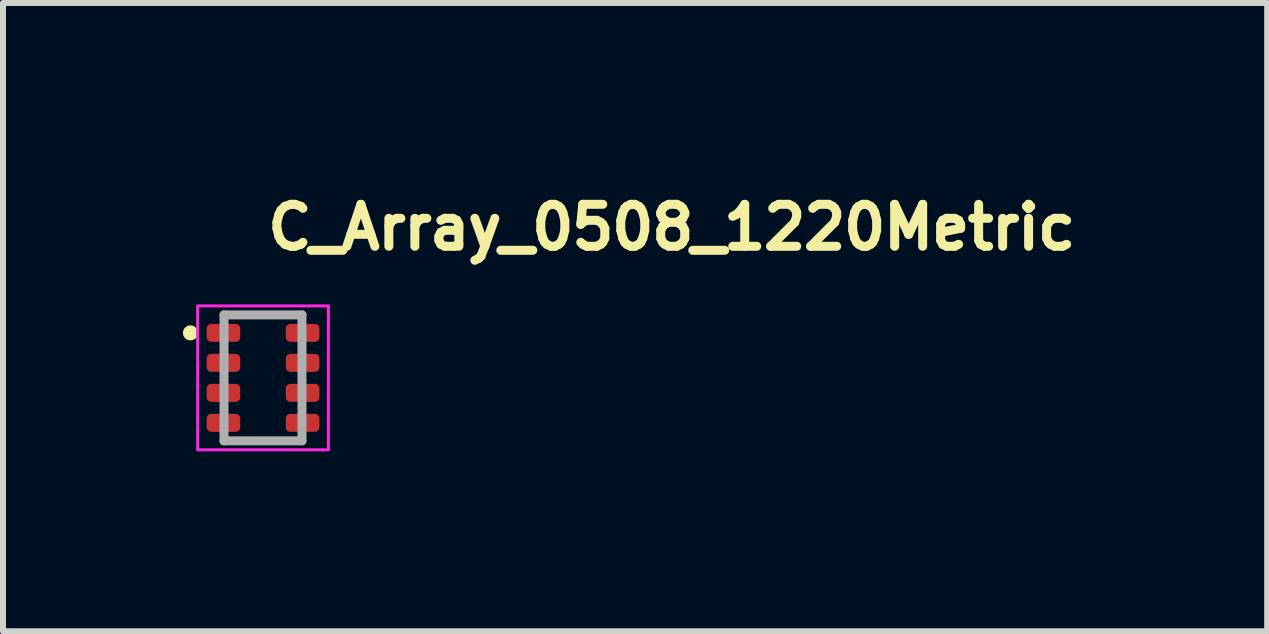
<source format=kicad_pcb>
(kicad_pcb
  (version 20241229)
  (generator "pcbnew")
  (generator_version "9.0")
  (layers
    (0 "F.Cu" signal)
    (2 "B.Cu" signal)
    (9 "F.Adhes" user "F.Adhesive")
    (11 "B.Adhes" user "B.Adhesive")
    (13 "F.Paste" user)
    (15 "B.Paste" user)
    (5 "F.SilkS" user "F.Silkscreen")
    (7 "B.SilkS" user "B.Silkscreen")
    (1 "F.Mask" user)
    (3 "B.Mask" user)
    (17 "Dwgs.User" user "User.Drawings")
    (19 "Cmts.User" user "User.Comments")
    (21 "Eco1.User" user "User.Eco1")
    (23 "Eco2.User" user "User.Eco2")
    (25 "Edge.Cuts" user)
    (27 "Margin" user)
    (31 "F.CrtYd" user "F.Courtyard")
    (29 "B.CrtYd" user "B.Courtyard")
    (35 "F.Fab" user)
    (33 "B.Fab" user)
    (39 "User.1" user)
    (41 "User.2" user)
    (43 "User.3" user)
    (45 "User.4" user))
  (footprint "C_Array_0508_1220Metric"
    (layer "F.Cu")
    (at 1.335 3.25)
    (property "Reference" "C_Array_0508_1220Metric" (at 0 -2.1 0) (layer "F.SilkS") (effects (font (size 0.7 0.7) (thickness 0.15)) (justify left bottom)))
    (attr smd)
    (fp_circle (center -1.21 -0.75) (end -1.16 -0.75) (stroke (width 0.15) (type solid)) (fill yes) (layer "F.SilkS"))
    (fp_rect (start -1.09 -1.2) (end 1.09 1.2) (stroke (width 0.05) (type solid)) (fill no) (layer "F.CrtYd"))
    (fp_line (start -0.65 -1.05) (end 0.65 -1.05) (stroke (width 0.15) (type solid)) (layer "F.Fab"))
    (fp_line (start -0.65 1.05) (end -0.65 -1.05) (stroke (width 0.15) (type solid)) (layer "F.Fab"))
    (fp_line (start 0.65 -1.05) (end 0.65 1.05) (stroke (width 0.15) (type solid)) (layer "F.Fab"))
    (fp_line (start 0.65 1.05) (end -0.65 1.05) (stroke (width 0.15) (type solid)) (layer "F.Fab"))
    (fp_rect (start -0.65 -1.05) (end 0.65 1.05) (stroke (width 0.1) (type solid)) (fill no) (layer "User.5"))
    (fp_line (start -0.65 -0.875) (end -0.65 -0.625) (stroke (width 0.02) (type solid)) (layer "User.9"))
    (fp_line (start -0.65 -0.625) (end -0.625 -0.625) (stroke (width 0.02) (type solid)) (layer "User.9"))
    (fp_line (start -0.65 -0.375) (end -0.65 -0.125) (stroke (width 0.02) (type solid)) (layer "User.9"))
    (fp_line (start -0.65 -0.125) (end -0.625 -0.125) (stroke (width 0.02) (type solid)) (layer "User.9"))
    (fp_line (start -0.65 0.125) (end -0.65 0.375) (stroke (width 0.02) (type solid)) (layer "User.9"))
    (fp_line (start -0.65 0.375) (end -0.625 0.375) (stroke (width 0.02) (type solid)) (layer "User.9"))
    (fp_line (start -0.65 0.625) (end -0.65 0.875) (stroke (width 0.02) (type solid)) (layer "User.9"))
    (fp_line (start -0.65 0.875) (end -0.625 0.875) (stroke (width 0.02) (type solid)) (layer "User.9"))
    (fp_line (start -0.625 -1.005) (end -0.625 -1.003) (stroke (width 0.02) (type solid)) (layer "User.9"))
    (fp_line (start -0.625 -1.003) (end -0.625 -1) (stroke (width 0.02) (type solid)) (layer "User.9"))
    (fp_line (start -0.625 -1) (end -0.625 -0.875) (stroke (width 0.02) (type solid)) (layer "User.9"))
    (fp_line (start -0.625 -0.875) (end -0.65 -0.875) (stroke (width 0.02) (type solid)) (layer "User.9"))
    (fp_line (start -0.625 -0.625) (end -0.625 -0.375) (stroke (width 0.02) (type solid)) (layer "User.9"))
    (fp_line (start -0.625 -0.625) (end -0.475 -0.625) (stroke (width 0.02) (type solid)) (layer "User.9"))
    (fp_line (start -0.625 -0.375) (end -0.65 -0.375) (stroke (width 0.02) (type solid)) (layer "User.9"))
    (fp_line (start -0.625 -0.125) (end -0.625 0.125) (stroke (width 0.02) (type solid)) (layer "User.9"))
    (fp_line (start -0.625 -0.125) (end -0.475 -0.125) (stroke (width 0.02) (type solid)) (layer "User.9"))
    (fp_line (start -0.625 0.125) (end -0.65 0.125) (stroke (width 0.02) (type solid)) (layer "User.9"))
    (fp_line (start -0.625 0.375) (end -0.625 0.625) (stroke (width 0.02) (type solid)) (layer "User.9"))
    (fp_line (start -0.625 0.375) (end -0.475 0.375) (stroke (width 0.02) (type solid)) (layer "User.9"))
    (fp_line (start -0.625 0.625) (end -0.65 0.625) (stroke (width 0.02) (type solid)) (layer "User.9"))
    (fp_line (start -0.625 0.875) (end -0.625 1) (stroke (width 0.02) (type solid)) (layer "User.9"))
    (fp_line (start -0.625 0.875) (end -0.475 0.875) (stroke (width 0.02) (type solid)) (layer "User.9"))
    (fp_line (start -0.625 1) (end -0.625 1.003) (stroke (width 0.02) (type solid)) (layer "User.9"))
    (fp_line (start -0.625 1) (end -0.575 1) (stroke (width 0.02) (type solid)) (layer "User.9"))
    (fp_line (start -0.625 1.003) (end -0.625 1) (stroke (width 0.02) (type solid)) (layer "User.9"))
    (fp_line (start -0.625 1.003) (end -0.625 1.005) (stroke (width 0.02) (type solid)) (layer "User.9"))
    (fp_line (start -0.625 1.005) (end -0.625 1.003) (stroke (width 0.02) (type solid)) (layer "User.9"))
    (fp_line (start -0.625 1.005) (end -0.624 1.008) (stroke (width 0.02) (type solid)) (layer "User.9"))
    (fp_line (start -0.624 -1.01) (end -0.624 -1.008) (stroke (width 0.02) (type solid)) (layer "User.9"))
    (fp_line (start -0.624 -1.008) (end -0.625 -1.005) (stroke (width 0.02) (type solid)) (layer "User.9"))
    (fp_line (start -0.624 1.008) (end -0.625 1.005) (stroke (width 0.02) (type solid)) (layer "User.9"))
    (fp_line (start -0.624 1.008) (end -0.624 1.01) (stroke (width 0.02) (type solid)) (layer "User.9"))
    (fp_line (start -0.624 1.01) (end -0.624 1.008) (stroke (width 0.02) (type solid)) (layer "User.9"))
    (fp_line (start -0.624 1.01) (end -0.623 1.012) (stroke (width 0.02) (type solid)) (layer "User.9"))
    (fp_line (start -0.623 -1.015) (end -0.623 -1.012) (stroke (width 0.02) (type solid)) (layer "User.9"))
    (fp_line (start -0.623 -1.012) (end -0.624 -1.01) (stroke (width 0.02) (type solid)) (layer "User.9"))
    (fp_line (start -0.623 1.012) (end -0.624 1.01) (stroke (width 0.02) (type solid)) (layer "User.9"))
    (fp_line (start -0.623 1.012) (end -0.623 1.015) (stroke (width 0.02) (type solid)) (layer "User.9"))
    (fp_line (start -0.623 1.015) (end -0.623 1.012) (stroke (width 0.02) (type solid)) (layer "User.9"))
    (fp_line (start -0.623 1.015) (end -0.622 1.017) (stroke (width 0.02) (type solid)) (layer "User.9"))
    (fp_line (start -0.622 -1.017) (end -0.623 -1.015) (stroke (width 0.02) (type solid)) (layer "User.9"))
    (fp_line (start -0.622 1.017) (end -0.623 1.015) (stroke (width 0.02) (type solid)) (layer "User.9"))
    (fp_line (start -0.622 1.017) (end -0.621 1.019) (stroke (width 0.02) (type solid)) (layer "User.9"))
    (fp_line (start -0.621 -1.019) (end -0.622 -1.017) (stroke (width 0.02) (type solid)) (layer "User.9"))
    (fp_line (start -0.621 1.019) (end -0.622 1.017) (stroke (width 0.02) (type solid)) (layer "User.9"))
    (fp_line (start -0.621 1.019) (end -0.62 1.022) (stroke (width 0.02) (type solid)) (layer "User.9"))
    (fp_line (start -0.62 -1.022) (end -0.621 -1.019) (stroke (width 0.02) (type solid)) (layer "User.9"))
    (fp_line (start -0.62 1.022) (end -0.621 1.019) (stroke (width 0.02) (type solid)) (layer "User.9"))
    (fp_line (start -0.62 1.022) (end -0.619 1.024) (stroke (width 0.02) (type solid)) (layer "User.9"))
    (fp_line (start -0.619 -1.024) (end -0.62 -1.022) (stroke (width 0.02) (type solid)) (layer "User.9"))
    (fp_line (start -0.619 1.024) (end -0.62 1.022) (stroke (width 0.02) (type solid)) (layer "User.9"))
    (fp_line (start -0.619 1.024) (end -0.618 1.026) (stroke (width 0.02) (type solid)) (layer "User.9"))
    (fp_line (start -0.618 -1.026) (end -0.619 -1.024) (stroke (width 0.02) (type solid)) (layer "User.9"))
    (fp_line (start -0.618 1.026) (end -0.619 1.024) (stroke (width 0.02) (type solid)) (layer "User.9"))
    (fp_line (start -0.618 1.026) (end -0.616 1.028) (stroke (width 0.02) (type solid)) (layer "User.9"))
    (fp_line (start -0.616 -1.028) (end -0.618 -1.026) (stroke (width 0.02) (type solid)) (layer "User.9"))
    (fp_line (start -0.616 1.028) (end -0.618 1.026) (stroke (width 0.02) (type solid)) (layer "User.9"))
    (fp_line (start -0.616 1.028) (end -0.615 1.03) (stroke (width 0.02) (type solid)) (layer "User.9"))
    (fp_line (start -0.615 -1.03) (end -0.616 -1.028) (stroke (width 0.02) (type solid)) (layer "User.9"))
    (fp_line (start -0.615 1.03) (end -0.616 1.028) (stroke (width 0.02) (type solid)) (layer "User.9"))
    (fp_line (start -0.615 1.03) (end -0.614 1.032) (stroke (width 0.02) (type solid)) (layer "User.9"))
    (fp_line (start -0.614 -1.032) (end -0.615 -1.03) (stroke (width 0.02) (type solid)) (layer "User.9"))
    (fp_line (start -0.614 1.032) (end -0.615 1.03) (stroke (width 0.02) (type solid)) (layer "User.9"))
    (fp_line (start -0.614 1.032) (end -0.612 1.034) (stroke (width 0.02) (type solid)) (layer "User.9"))
    (fp_line (start -0.612 -1.034) (end -0.614 -1.032) (stroke (width 0.02) (type solid)) (layer "User.9"))
    (fp_line (start -0.612 1.034) (end -0.614 1.032) (stroke (width 0.02) (type solid)) (layer "User.9"))
    (fp_line (start -0.612 1.034) (end -0.61 1.035) (stroke (width 0.02) (type solid)) (layer "User.9"))
    (fp_line (start -0.61 -1.035) (end -0.612 -1.034) (stroke (width 0.02) (type solid)) (layer "User.9"))
    (fp_line (start -0.61 1.035) (end -0.612 1.034) (stroke (width 0.02) (type solid)) (layer "User.9"))
    (fp_line (start -0.61 1.035) (end -0.609 1.037) (stroke (width 0.02) (type solid)) (layer "User.9"))
    (fp_line (start -0.609 -1.037) (end -0.61 -1.035) (stroke (width 0.02) (type solid)) (layer "User.9"))
    (fp_line (start -0.609 1.037) (end -0.61 1.035) (stroke (width 0.02) (type solid)) (layer "User.9"))
    (fp_line (start -0.609 1.037) (end -0.607 1.039) (stroke (width 0.02) (type solid)) (layer "User.9"))
    (fp_line (start -0.607 -1.039) (end -0.609 -1.037) (stroke (width 0.02) (type solid)) (layer "User.9"))
    (fp_line (start -0.607 1.039) (end -0.609 1.037) (stroke (width 0.02) (type solid)) (layer "User.9"))
    (fp_line (start -0.607 1.039) (end -0.605 1.04) (stroke (width 0.02) (type solid)) (layer "User.9"))
    (fp_line (start -0.605 -1.04) (end -0.607 -1.039) (stroke (width 0.02) (type solid)) (layer "User.9"))
    (fp_line (start -0.605 1.04) (end -0.607 1.039) (stroke (width 0.02) (type solid)) (layer "User.9"))
    (fp_line (start -0.605 1.04) (end -0.603 1.041) (stroke (width 0.02) (type solid)) (layer "User.9"))
    (fp_line (start -0.603 -1.041) (end -0.605 -1.04) (stroke (width 0.02) (type solid)) (layer "User.9"))
    (fp_line (start -0.603 1.041) (end -0.605 1.04) (stroke (width 0.02) (type solid)) (layer "User.9"))
    (fp_line (start -0.603 1.041) (end -0.601 1.043) (stroke (width 0.02) (type solid)) (layer "User.9"))
    (fp_line (start -0.601 -1.043) (end -0.603 -1.041) (stroke (width 0.02) (type solid)) (layer "User.9"))
    (fp_line (start -0.601 1.043) (end -0.603 1.041) (stroke (width 0.02) (type solid)) (layer "User.9"))
    (fp_line (start -0.601 1.043) (end -0.599 1.044) (stroke (width 0.02) (type solid)) (layer "User.9"))
    (fp_line (start -0.599 -1.044) (end -0.601 -1.043) (stroke (width 0.02) (type solid)) (layer "User.9"))
    (fp_line (start -0.599 1.044) (end -0.601 1.043) (stroke (width 0.02) (type solid)) (layer "User.9"))
    (fp_line (start -0.599 1.044) (end -0.597 1.045) (stroke (width 0.02) (type solid)) (layer "User.9"))
    (fp_line (start -0.597 -1.045) (end -0.599 -1.044) (stroke (width 0.02) (type solid)) (layer "User.9"))
    (fp_line (start -0.597 1.045) (end -0.599 1.044) (stroke (width 0.02) (type solid)) (layer "User.9"))
    (fp_line (start -0.597 1.045) (end -0.594 1.046) (stroke (width 0.02) (type solid)) (layer "User.9"))
    (fp_line (start -0.594 -1.046) (end -0.597 -1.045) (stroke (width 0.02) (type solid)) (layer "User.9"))
    (fp_line (start -0.594 1.046) (end -0.597 1.045) (stroke (width 0.02) (type solid)) (layer "User.9"))
    (fp_line (start -0.594 1.046) (end -0.592 1.047) (stroke (width 0.02) (type solid)) (layer "User.9"))
    (fp_line (start -0.592 -1.047) (end -0.594 -1.046) (stroke (width 0.02) (type solid)) (layer "User.9"))
    (fp_line (start -0.592 1.047) (end -0.594 1.046) (stroke (width 0.02) (type solid)) (layer "User.9"))
    (fp_line (start -0.592 1.047) (end -0.59 1.048) (stroke (width 0.02) (type solid)) (layer "User.9"))
    (fp_line (start -0.59 -1.048) (end -0.592 -1.047) (stroke (width 0.02) (type solid)) (layer "User.9"))
    (fp_line (start -0.59 1.048) (end -0.592 1.047) (stroke (width 0.02) (type solid)) (layer "User.9"))
    (fp_line (start -0.59 1.048) (end -0.587 1.048) (stroke (width 0.02) (type solid)) (layer "User.9"))
    (fp_line (start -0.587 -1.048) (end -0.59 -1.048) (stroke (width 0.02) (type solid)) (layer "User.9"))
    (fp_line (start -0.587 1.048) (end -0.59 1.048) (stroke (width 0.02) (type solid)) (layer "User.9"))
    (fp_line (start -0.587 1.048) (end -0.585 1.049) (stroke (width 0.02) (type solid)) (layer "User.9"))
    (fp_line (start -0.585 -1.049) (end -0.587 -1.048) (stroke (width 0.02) (type solid)) (layer "User.9"))
    (fp_line (start -0.585 1.049) (end -0.587 1.048) (stroke (width 0.02) (type solid)) (layer "User.9"))
    (fp_line (start -0.585 1.049) (end -0.583 1.049) (stroke (width 0.02) (type solid)) (layer "User.9"))
    (fp_line (start -0.583 -1.049) (end -0.585 -1.049) (stroke (width 0.02) (type solid)) (layer "User.9"))
    (fp_line (start -0.583 1.049) (end -0.585 1.049) (stroke (width 0.02) (type solid)) (layer "User.9"))
    (fp_line (start -0.583 1.049) (end -0.58 1.05) (stroke (width 0.02) (type solid)) (layer "User.9"))
    (fp_line (start -0.58 -1.05) (end -0.583 -1.049) (stroke (width 0.02) (type solid)) (layer "User.9"))
    (fp_line (start -0.58 1.05) (end -0.583 1.049) (stroke (width 0.02) (type solid)) (layer "User.9"))
    (fp_line (start -0.58 1.05) (end -0.578 1.05) (stroke (width 0.02) (type solid)) (layer "User.9"))
    (fp_line (start -0.578 -1.05) (end -0.58 -1.05) (stroke (width 0.02) (type solid)) (layer "User.9"))
    (fp_line (start -0.578 1.05) (end -0.58 1.05) (stroke (width 0.02) (type solid)) (layer "User.9"))
    (fp_line (start -0.578 1.05) (end -0.575 1.05) (stroke (width 0.02) (type solid)) (layer "User.9"))
    (fp_line (start -0.575 -1.05) (end -0.578 -1.05) (stroke (width 0.02) (type solid)) (layer "User.9"))
    (fp_line (start -0.575 -1.05) (end -0.575 -1) (stroke (width 0.02) (type solid)) (layer "User.9"))
    (fp_line (start -0.575 -1) (end -0.625 -1) (stroke (width 0.02) (type solid)) (layer "User.9"))
    (fp_line (start -0.575 -0.875) (end -0.475 -0.875) (stroke (width 0.02) (type solid)) (layer "User.9"))
    (fp_line (start -0.575 -0.375) (end -0.475 -0.375) (stroke (width 0.02) (type solid)) (layer "User.9"))
    (fp_line (start -0.575 0.125) (end -0.475 0.125) (stroke (width 0.02) (type solid)) (layer "User.9"))
    (fp_line (start -0.575 0.625) (end -0.475 0.625) (stroke (width 0.02) (type solid)) (layer "User.9"))
    (fp_line (start -0.575 1) (end -0.575 1.05) (stroke (width 0.02) (type solid)) (layer "User.9"))
    (fp_line (start -0.575 1.05) (end -0.578 1.05) (stroke (width 0.02) (type solid)) (layer "User.9"))
    (fp_line (start -0.575 1.05) (end 0.575 1.05) (stroke (width 0.02) (type solid)) (layer "User.9"))
    (fp_line (start -0.475 -0.875) (end -0.625 -0.875) (stroke (width 0.02) (type solid)) (layer "User.9"))
    (fp_line (start -0.475 -0.625) (end -0.575 -0.625) (stroke (width 0.02) (type solid)) (layer "User.9"))
    (fp_line (start -0.475 -0.625) (end -0.474 -0.625) (stroke (width 0.02) (type solid)) (layer "User.9"))
    (fp_line (start -0.475 -0.375) (end -0.625 -0.375) (stroke (width 0.02) (type solid)) (layer "User.9"))
    (fp_line (start -0.475 -0.125) (end -0.575 -0.125) (stroke (width 0.02) (type solid)) (layer "User.9"))
    (fp_line (start -0.475 -0.125) (end -0.474 -0.125) (stroke (width 0.02) (type solid)) (layer "User.9"))
    (fp_line (start -0.475 0.125) (end -0.625 0.125) (stroke (width 0.02) (type solid)) (layer "User.9"))
    (fp_line (start -0.475 0.375) (end -0.575 0.375) (stroke (width 0.02) (type solid)) (layer "User.9"))
    (fp_line (start -0.475 0.375) (end -0.474 0.375) (stroke (width 0.02) (type solid)) (layer "User.9"))
    (fp_line (start -0.475 0.625) (end -0.625 0.625) (stroke (width 0.02) (type solid)) (layer "User.9"))
    (fp_line (start -0.475 0.875) (end -0.575 0.875) (stroke (width 0.02) (type solid)) (layer "User.9"))
    (fp_line (start -0.475 0.875) (end -0.474 0.875) (stroke (width 0.02) (type solid)) (layer "User.9"))
    (fp_line (start -0.474 -0.875) (end -0.475 -0.875) (stroke (width 0.02) (type solid)) (layer "User.9"))
    (fp_line (start -0.474 -0.625) (end -0.472 -0.625) (stroke (width 0.02) (type solid)) (layer "User.9"))
    (fp_line (start -0.474 -0.375) (end -0.475 -0.375) (stroke (width 0.02) (type solid)) (layer "User.9"))
    (fp_line (start -0.474 -0.125) (end -0.473 -0.125) (stroke (width 0.02) (type solid)) (layer "User.9"))
    (fp_line (start -0.474 0.125) (end -0.475 0.125) (stroke (width 0.02) (type solid)) (layer "User.9"))
    (fp_line (start -0.474 0.375) (end -0.473 0.375) (stroke (width 0.02) (type solid)) (layer "User.9"))
    (fp_line (start -0.474 0.625) (end -0.475 0.625) (stroke (width 0.02) (type solid)) (layer "User.9"))
    (fp_line (start -0.474 0.875) (end -0.472 0.875) (stroke (width 0.02) (type solid)) (layer "User.9"))
    (fp_line (start -0.473 -0.375) (end -0.474 -0.375) (stroke (width 0.02) (type solid)) (layer "User.9"))
    (fp_line (start -0.473 -0.125) (end -0.471 -0.125) (stroke (width 0.02) (type solid)) (layer "User.9"))
    (fp_line (start -0.473 0.125) (end -0.474 0.125) (stroke (width 0.02) (type solid)) (layer "User.9"))
    (fp_line (start -0.473 0.375) (end -0.471 0.375) (stroke (width 0.02) (type solid)) (layer "User.9"))
    (fp_line (start -0.472 -0.875) (end -0.474 -0.875) (stroke (width 0.02) (type solid)) (layer "User.9"))
    (fp_line (start -0.472 -0.625) (end -0.471 -0.625) (stroke (width 0.02) (type solid)) (layer "User.9"))
    (fp_line (start -0.472 0.625) (end -0.474 0.625) (stroke (width 0.02) (type solid)) (layer "User.9"))
    (fp_line (start -0.472 0.875) (end -0.471 0.875) (stroke (width 0.02) (type solid)) (layer "User.9"))
    (fp_line (start -0.471 -0.875) (end -0.472 -0.875) (stroke (width 0.02) (type solid)) (layer "User.9"))
    (fp_line (start -0.471 -0.625) (end -0.47 -0.626) (stroke (width 0.02) (type solid)) (layer "User.9"))
    (fp_line (start -0.471 -0.375) (end -0.473 -0.375) (stroke (width 0.02) (type solid)) (layer "User.9"))
    (fp_line (start -0.471 -0.125) (end -0.47 -0.125) (stroke (width 0.02) (type solid)) (layer "User.9"))
    (fp_line (start -0.471 0.125) (end -0.473 0.125) (stroke (width 0.02) (type solid)) (layer "User.9"))
    (fp_line (start -0.471 0.375) (end -0.47 0.375) (stroke (width 0.02) (type solid)) (layer "User.9"))
    (fp_line (start -0.471 0.625) (end -0.472 0.625) (stroke (width 0.02) (type solid)) (layer "User.9"))
    (fp_line (start -0.471 0.875) (end -0.47 0.874) (stroke (width 0.02) (type solid)) (layer "User.9"))
    (fp_line (start -0.47 -0.874) (end -0.471 -0.875) (stroke (width 0.02) (type solid)) (layer "User.9"))
    (fp_line (start -0.47 -0.626) (end -0.469 -0.626) (stroke (width 0.02) (type solid)) (layer "User.9"))
    (fp_line (start -0.47 -0.375) (end -0.471 -0.375) (stroke (width 0.02) (type solid)) (layer "User.9"))
    (fp_line (start -0.47 -0.125) (end -0.469 -0.126) (stroke (width 0.02) (type solid)) (layer "User.9"))
    (fp_line (start -0.47 0.125) (end -0.471 0.125) (stroke (width 0.02) (type solid)) (layer "User.9"))
    (fp_line (start -0.47 0.375) (end -0.469 0.374) (stroke (width 0.02) (type solid)) (layer "User.9"))
    (fp_line (start -0.47 0.626) (end -0.471 0.625) (stroke (width 0.02) (type solid)) (layer "User.9"))
    (fp_line (start -0.47 0.874) (end -0.469 0.874) (stroke (width 0.02) (type solid)) (layer "User.9"))
    (fp_line (start -0.469 -0.874) (end -0.47 -0.874) (stroke (width 0.02) (type solid)) (layer "User.9"))
    (fp_line (start -0.469 -0.626) (end -0.468 -0.626) (stroke (width 0.02) (type solid)) (layer "User.9"))
    (fp_line (start -0.469 -0.374) (end -0.47 -0.375) (stroke (width 0.02) (type solid)) (layer "User.9"))
    (fp_line (start -0.469 -0.126) (end -0.468 -0.126) (stroke (width 0.02) (type solid)) (layer "User.9"))
    (fp_line (start -0.469 0.126) (end -0.47 0.125) (stroke (width 0.02) (type solid)) (layer "User.9"))
    (fp_line (start -0.469 0.374) (end -0.468 0.374) (stroke (width 0.02) (type solid)) (layer "User.9"))
    (fp_line (start -0.469 0.626) (end -0.47 0.626) (stroke (width 0.02) (type solid)) (layer "User.9"))
    (fp_line (start -0.469 0.874) (end -0.468 0.874) (stroke (width 0.02) (type solid)) (layer "User.9"))
    (fp_line (start -0.468 -0.874) (end -0.469 -0.874) (stroke (width 0.02) (type solid)) (layer "User.9"))
    (fp_line (start -0.468 -0.626) (end -0.466 -0.627) (stroke (width 0.02) (type solid)) (layer "User.9"))
    (fp_line (start -0.468 -0.374) (end -0.469 -0.374) (stroke (width 0.02) (type solid)) (layer "User.9"))
    (fp_line (start -0.468 -0.126) (end -0.467 -0.126) (stroke (width 0.02) (type solid)) (layer "User.9"))
    (fp_line (start -0.468 0.126) (end -0.469 0.126) (stroke (width 0.02) (type solid)) (layer "User.9"))
    (fp_line (start -0.468 0.374) (end -0.467 0.374) (stroke (width 0.02) (type solid)) (layer "User.9"))
    (fp_line (start -0.468 0.626) (end -0.469 0.626) (stroke (width 0.02) (type solid)) (layer "User.9"))
    (fp_line (start -0.468 0.874) (end -0.466 0.873) (stroke (width 0.02) (type solid)) (layer "User.9"))
    (fp_line (start -0.467 -0.374) (end -0.468 -0.374) (stroke (width 0.02) (type solid)) (layer "User.9"))
    (fp_line (start -0.467 -0.126) (end -0.465 -0.127) (stroke (width 0.02) (type solid)) (layer "User.9"))
    (fp_line (start -0.467 0.126) (end -0.468 0.126) (stroke (width 0.02) (type solid)) (layer "User.9"))
    (fp_line (start -0.467 0.374) (end -0.465 0.373) (stroke (width 0.02) (type solid)) (layer "User.9"))
    (fp_line (start -0.466 -0.873) (end -0.468 -0.874) (stroke (width 0.02) (type solid)) (layer "User.9"))
    (fp_line (start -0.466 -0.627) (end -0.465 -0.627) (stroke (width 0.02) (type solid)) (layer "User.9"))
    (fp_line (start -0.466 0.627) (end -0.468 0.626) (stroke (width 0.02) (type solid)) (layer "User.9"))
    (fp_line (start -0.466 0.873) (end -0.465 0.873) (stroke (width 0.02) (type solid)) (layer "User.9"))
    (fp_line (start -0.465 -0.873) (end -0.466 -0.873) (stroke (width 0.02) (type solid)) (layer "User.9"))
    (fp_line (start -0.465 -0.627) (end -0.464 -0.627) (stroke (width 0.02) (type solid)) (layer "User.9"))
    (fp_line (start -0.465 -0.373) (end -0.467 -0.374) (stroke (width 0.02) (type solid)) (layer "User.9"))
    (fp_line (start -0.465 -0.127) (end -0.464 -0.127) (stroke (width 0.02) (type solid)) (layer "User.9"))
    (fp_line (start -0.465 0.127) (end -0.467 0.126) (stroke (width 0.02) (type solid)) (layer "User.9"))
    (fp_line (start -0.465 0.373) (end -0.464 0.373) (stroke (width 0.02) (type solid)) (layer "User.9"))
    (fp_line (start -0.465 0.627) (end -0.466 0.627) (stroke (width 0.02) (type solid)) (layer "User.9"))
    (fp_line (start -0.465 0.873) (end -0.464 0.873) (stroke (width 0.02) (type solid)) (layer "User.9"))
    (fp_line (start -0.464 -0.873) (end -0.465 -0.873) (stroke (width 0.02) (type solid)) (layer "User.9"))
    (fp_line (start -0.464 -0.627) (end -0.463 -0.628) (stroke (width 0.02) (type solid)) (layer "User.9"))
    (fp_line (start -0.464 -0.373) (end -0.465 -0.373) (stroke (width 0.02) (type solid)) (layer "User.9"))
    (fp_line (start -0.464 -0.127) (end -0.463 -0.128) (stroke (width 0.02) (type solid)) (layer "User.9"))
    (fp_line (start -0.464 0.127) (end -0.465 0.127) (stroke (width 0.02) (type solid)) (layer "User.9"))
    (fp_line (start -0.464 0.373) (end -0.463 0.372) (stroke (width 0.02) (type solid)) (layer "User.9"))
    (fp_line (start -0.464 0.627) (end -0.465 0.627) (stroke (width 0.02) (type solid)) (layer "User.9"))
    (fp_line (start -0.464 0.873) (end -0.463 0.872) (stroke (width 0.02) (type solid)) (layer "User.9"))
    (fp_line (start -0.463 -0.872) (end -0.464 -0.873) (stroke (width 0.02) (type solid)) (layer "User.9"))
    (fp_line (start -0.463 -0.628) (end -0.462 -0.629) (stroke (width 0.02) (type solid)) (layer "User.9"))
    (fp_line (start -0.463 -0.372) (end -0.464 -0.373) (stroke (width 0.02) (type solid)) (layer "User.9"))
    (fp_line (start -0.463 -0.128) (end -0.462 -0.129) (stroke (width 0.02) (type solid)) (layer "User.9"))
    (fp_line (start -0.463 0.128) (end -0.464 0.127) (stroke (width 0.02) (type solid)) (layer "User.9"))
    (fp_line (start -0.463 0.372) (end -0.462 0.371) (stroke (width 0.02) (type solid)) (layer "User.9"))
    (fp_line (start -0.463 0.628) (end -0.464 0.627) (stroke (width 0.02) (type solid)) (layer "User.9"))
    (fp_line (start -0.463 0.872) (end -0.462 0.871) (stroke (width 0.02) (type solid)) (layer "User.9"))
    (fp_line (start -0.462 -0.871) (end -0.463 -0.872) (stroke (width 0.02) (type solid)) (layer "User.9"))
    (fp_line (start -0.462 -0.629) (end -0.461 -0.629) (stroke (width 0.02) (type solid)) (layer "User.9"))
    (fp_line (start -0.462 -0.371) (end -0.463 -0.372) (stroke (width 0.02) (type solid)) (layer "User.9"))
    (fp_line (start -0.462 -0.129) (end -0.461 -0.129) (stroke (width 0.02) (type solid)) (layer "User.9"))
    (fp_line (start -0.462 0.129) (end -0.463 0.128) (stroke (width 0.02) (type solid)) (layer "User.9"))
    (fp_line (start -0.462 0.371) (end -0.461 0.371) (stroke (width 0.02) (type solid)) (layer "User.9"))
    (fp_line (start -0.462 0.629) (end -0.463 0.628) (stroke (width 0.02) (type solid)) (layer "User.9"))
    (fp_line (start -0.462 0.871) (end -0.461 0.871) (stroke (width 0.02) (type solid)) (layer "User.9"))
    (fp_line (start -0.461 -0.871) (end -0.462 -0.871) (stroke (width 0.02) (type solid)) (layer "User.9"))
    (fp_line (start -0.461 -0.629) (end -0.46 -0.63) (stroke (width 0.02) (type solid)) (layer "User.9"))
    (fp_line (start -0.461 -0.371) (end -0.462 -0.371) (stroke (width 0.02) (type solid)) (layer "User.9"))
    (fp_line (start -0.461 -0.129) (end -0.46 -0.13) (stroke (width 0.02) (type solid)) (layer "User.9"))
    (fp_line (start -0.461 0.129) (end -0.462 0.129) (stroke (width 0.02) (type solid)) (layer "User.9"))
    (fp_line (start -0.461 0.371) (end -0.46 0.37) (stroke (width 0.02) (type solid)) (layer "User.9"))
    (fp_line (start -0.461 0.629) (end -0.462 0.629) (stroke (width 0.02) (type solid)) (layer "User.9"))
    (fp_line (start -0.461 0.871) (end -0.46 0.87) (stroke (width 0.02) (type solid)) (layer "User.9"))
    (fp_line (start -0.46 -0.87) (end -0.461 -0.871) (stroke (width 0.02) (type solid)) (layer "User.9"))
    (fp_line (start -0.46 -0.63) (end -0.459 -0.631) (stroke (width 0.02) (type solid)) (layer "User.9"))
    (fp_line (start -0.46 -0.37) (end -0.461 -0.371) (stroke (width 0.02) (type solid)) (layer "User.9"))
    (fp_line (start -0.46 -0.13) (end -0.459 -0.131) (stroke (width 0.02) (type solid)) (layer "User.9"))
    (fp_line (start -0.46 0.13) (end -0.461 0.129) (stroke (width 0.02) (type solid)) (layer "User.9"))
    (fp_line (start -0.46 0.37) (end -0.459 0.369) (stroke (width 0.02) (type solid)) (layer "User.9"))
    (fp_line (start -0.46 0.63) (end -0.461 0.629) (stroke (width 0.02) (type solid)) (layer "User.9"))
    (fp_line (start -0.46 0.87) (end -0.459 0.869) (stroke (width 0.02) (type solid)) (layer "User.9"))
    (fp_line (start -0.459 -0.869) (end -0.46 -0.87) (stroke (width 0.02) (type solid)) (layer "User.9"))
    (fp_line (start -0.459 -0.631) (end -0.458 -0.631) (stroke (width 0.02) (type solid)) (layer "User.9"))
    (fp_line (start -0.459 -0.369) (end -0.46 -0.37) (stroke (width 0.02) (type solid)) (layer "User.9"))
    (fp_line (start -0.459 -0.131) (end -0.458 -0.131) (stroke (width 0.02) (type solid)) (layer "User.9"))
    (fp_line (start -0.459 0.131) (end -0.46 0.13) (stroke (width 0.02) (type solid)) (layer "User.9"))
    (fp_line (start -0.459 0.369) (end -0.458 0.369) (stroke (width 0.02) (type solid)) (layer "User.9"))
    (fp_line (start -0.459 0.631) (end -0.46 0.63) (stroke (width 0.02) (type solid)) (layer "User.9"))
    (fp_line (start -0.459 0.869) (end -0.458 0.869) (stroke (width 0.02) (type solid)) (layer "User.9"))
    (fp_line (start -0.458 -0.869) (end -0.459 -0.869) (stroke (width 0.02) (type solid)) (layer "User.9"))
    (fp_line (start -0.458 -0.631) (end -0.457 -0.632) (stroke (width 0.02) (type solid)) (layer "User.9"))
    (fp_line (start -0.458 -0.369) (end -0.459 -0.369) (stroke (width 0.02) (type solid)) (layer "User.9"))
    (fp_line (start -0.458 -0.131) (end -0.457 -0.132) (stroke (width 0.02) (type solid)) (layer "User.9"))
    (fp_line (start -0.458 0.131) (end -0.459 0.131) (stroke (width 0.02) (type solid)) (layer "User.9"))
    (fp_line (start -0.458 0.369) (end -0.457 0.368) (stroke (width 0.02) (type solid)) (layer "User.9"))
    (fp_line (start -0.458 0.631) (end -0.459 0.631) (stroke (width 0.02) (type solid)) (layer "User.9"))
    (fp_line (start -0.458 0.869) (end -0.457 0.868) (stroke (width 0.02) (type solid)) (layer "User.9"))
    (fp_line (start -0.457 -0.868) (end -0.458 -0.869) (stroke (width 0.02) (type solid)) (layer "User.9"))
    (fp_line (start -0.457 -0.632) (end -0.456 -0.633) (stroke (width 0.02) (type solid)) (layer "User.9"))
    (fp_line (start -0.457 -0.368) (end -0.458 -0.369) (stroke (width 0.02) (type solid)) (layer "User.9"))
    (fp_line (start -0.457 -0.132) (end -0.456 -0.133) (stroke (width 0.02) (type solid)) (layer "User.9"))
    (fp_line (start -0.457 0.132) (end -0.458 0.131) (stroke (width 0.02) (type solid)) (layer "User.9"))
    (fp_line (start -0.457 0.368) (end -0.456 0.367) (stroke (width 0.02) (type solid)) (layer "User.9"))
    (fp_line (start -0.457 0.632) (end -0.458 0.631) (stroke (width 0.02) (type solid)) (layer "User.9"))
    (fp_line (start -0.457 0.868) (end -0.456 0.867) (stroke (width 0.02) (type solid)) (layer "User.9"))
    (fp_line (start -0.456 -0.867) (end -0.457 -0.868) (stroke (width 0.02) (type solid)) (layer "User.9"))
    (fp_line (start -0.456 -0.866) (end -0.456 -0.867) (stroke (width 0.02) (type solid)) (layer "User.9"))
    (fp_line (start -0.456 -0.634) (end -0.455 -0.635) (stroke (width 0.02) (type solid)) (layer "User.9"))
    (fp_line (start -0.456 -0.633) (end -0.456 -0.634) (stroke (width 0.02) (type solid)) (layer "User.9"))
    (fp_line (start -0.456 -0.367) (end -0.457 -0.368) (stroke (width 0.02) (type solid)) (layer "User.9"))
    (fp_line (start -0.456 -0.366) (end -0.456 -0.367) (stroke (width 0.02) (type solid)) (layer "User.9"))
    (fp_line (start -0.456 -0.134) (end -0.455 -0.135) (stroke (width 0.02) (type solid)) (layer "User.9"))
    (fp_line (start -0.456 -0.133) (end -0.456 -0.134) (stroke (width 0.02) (type solid)) (layer "User.9"))
    (fp_line (start -0.456 0.133) (end -0.457 0.132) (stroke (width 0.02) (type solid)) (layer "User.9"))
    (fp_line (start -0.456 0.134) (end -0.456 0.133) (stroke (width 0.02) (type solid)) (layer "User.9"))
    (fp_line (start -0.456 0.366) (end -0.455 0.365) (stroke (width 0.02) (type solid)) (layer "User.9"))
    (fp_line (start -0.456 0.367) (end -0.456 0.366) (stroke (width 0.02) (type solid)) (layer "User.9"))
    (fp_line (start -0.456 0.633) (end -0.457 0.632) (stroke (width 0.02) (type solid)) (layer "User.9"))
    (fp_line (start -0.456 0.634) (end -0.456 0.633) (stroke (width 0.02) (type solid)) (layer "User.9"))
    (fp_line (start -0.456 0.866) (end -0.455 0.865) (stroke (width 0.02) (type solid)) (layer "User.9"))
    (fp_line (start -0.456 0.867) (end -0.456 0.866) (stroke (width 0.02) (type solid)) (layer "User.9"))
    (fp_line (start -0.455 -0.865) (end -0.456 -0.866) (stroke (width 0.02) (type solid)) (layer "User.9"))
    (fp_line (start -0.455 -0.635) (end -0.454 -0.636) (stroke (width 0.02) (type solid)) (layer "User.9"))
    (fp_line (start -0.455 -0.365) (end -0.456 -0.366) (stroke (width 0.02) (type solid)) (layer "User.9"))
    (fp_line (start -0.455 -0.135) (end -0.454 -0.136) (stroke (width 0.02) (type solid)) (layer "User.9"))
    (fp_line (start -0.455 0.135) (end -0.456 0.134) (stroke (width 0.02) (type solid)) (layer "User.9"))
    (fp_line (start -0.455 0.365) (end -0.454 0.364) (stroke (width 0.02) (type solid)) (layer "User.9"))
    (fp_line (start -0.455 0.635) (end -0.456 0.634) (stroke (width 0.02) (type solid)) (layer "User.9"))
    (fp_line (start -0.455 0.865) (end -0.454 0.864) (stroke (width 0.02) (type solid)) (layer "User.9"))
    (fp_line (start -0.454 -0.864) (end -0.455 -0.865) (stroke (width 0.02) (type solid)) (layer "User.9"))
    (fp_line (start -0.454 -0.863) (end -0.454 -0.864) (stroke (width 0.02) (type solid)) (layer "User.9"))
    (fp_line (start -0.454 -0.637) (end -0.453 -0.638) (stroke (width 0.02) (type solid)) (layer "User.9"))
    (fp_line (start -0.454 -0.636) (end -0.454 -0.637) (stroke (width 0.02) (type solid)) (layer "User.9"))
    (fp_line (start -0.454 -0.364) (end -0.455 -0.365) (stroke (width 0.02) (type solid)) (layer "User.9"))
    (fp_line (start -0.454 -0.363) (end -0.454 -0.364) (stroke (width 0.02) (type solid)) (layer "User.9"))
    (fp_line (start -0.454 -0.137) (end -0.453 -0.138) (stroke (width 0.02) (type solid)) (layer "User.9"))
    (fp_line (start -0.454 -0.136) (end -0.454 -0.137) (stroke (width 0.02) (type solid)) (layer "User.9"))
    (fp_line (start -0.454 0.136) (end -0.455 0.135) (stroke (width 0.02) (type solid)) (layer "User.9"))
    (fp_line (start -0.454 0.137) (end -0.454 0.136) (stroke (width 0.02) (type solid)) (layer "User.9"))
    (fp_line (start -0.454 0.363) (end -0.453 0.362) (stroke (width 0.02) (type solid)) (layer "User.9"))
    (fp_line (start -0.454 0.364) (end -0.454 0.363) (stroke (width 0.02) (type solid)) (layer "User.9"))
    (fp_line (start -0.454 0.636) (end -0.455 0.635) (stroke (width 0.02) (type solid)) (layer "User.9"))
    (fp_line (start -0.454 0.637) (end -0.454 0.636) (stroke (width 0.02) (type solid)) (layer "User.9"))
    (fp_line (start -0.454 0.863) (end -0.453 0.862) (stroke (width 0.02) (type solid)) (layer "User.9"))
    (fp_line (start -0.454 0.864) (end -0.454 0.863) (stroke (width 0.02) (type solid)) (layer "User.9"))
    (fp_line (start -0.453 -0.862) (end -0.454 -0.863) (stroke (width 0.02) (type solid)) (layer "User.9"))
    (fp_line (start -0.453 -0.638) (end -0.452 -0.639) (stroke (width 0.02) (type solid)) (layer "User.9"))
    (fp_line (start -0.453 -0.362) (end -0.454 -0.363) (stroke (width 0.02) (type solid)) (layer "User.9"))
    (fp_line (start -0.453 -0.138) (end -0.452 -0.139) (stroke (width 0.02) (type solid)) (layer "User.9"))
    (fp_line (start -0.453 0.138) (end -0.454 0.137) (stroke (width 0.02) (type solid)) (layer "User.9"))
    (fp_line (start -0.453 0.362) (end -0.452 0.361) (stroke (width 0.02) (type solid)) (layer "User.9"))
    (fp_line (start -0.453 0.638) (end -0.454 0.637) (stroke (width 0.02) (type solid)) (layer "User.9"))
    (fp_line (start -0.453 0.862) (end -0.452 0.861) (stroke (width 0.02) (type solid)) (layer "User.9"))
    (fp_line (start -0.452 -0.861) (end -0.453 -0.862) (stroke (width 0.02) (type solid)) (layer "User.9"))
    (fp_line (start -0.452 -0.86) (end -0.452 -0.861) (stroke (width 0.02) (type solid)) (layer "User.9"))
    (fp_line (start -0.452 -0.859) (end -0.452 -0.86) (stroke (width 0.02) (type solid)) (layer "User.9"))
    (fp_line (start -0.452 -0.641) (end -0.451 -0.643) (stroke (width 0.02) (type solid)) (layer "User.9"))
    (fp_line (start -0.452 -0.64) (end -0.452 -0.641) (stroke (width 0.02) (type solid)) (layer "User.9"))
    (fp_line (start -0.452 -0.639) (end -0.452 -0.64) (stroke (width 0.02) (type solid)) (layer "User.9"))
    (fp_line (start -0.452 -0.361) (end -0.453 -0.362) (stroke (width 0.02) (type solid)) (layer "User.9"))
    (fp_line (start -0.452 -0.36) (end -0.452 -0.361) (stroke (width 0.02) (type solid)) (layer "User.9"))
    (fp_line (start -0.452 -0.14) (end -0.451 -0.142) (stroke (width 0.02) (type solid)) (layer "User.9"))
    (fp_line (start -0.452 -0.139) (end -0.452 -0.14) (stroke (width 0.02) (type solid)) (layer "User.9"))
    (fp_line (start -0.452 0.139) (end -0.453 0.138) (stroke (width 0.02) (type solid)) (layer "User.9"))
    (fp_line (start -0.452 0.14) (end -0.452 0.139) (stroke (width 0.02) (type solid)) (layer "User.9"))
    (fp_line (start -0.452 0.36) (end -0.451 0.358) (stroke (width 0.02) (type solid)) (layer "User.9"))
    (fp_line (start -0.452 0.361) (end -0.452 0.36) (stroke (width 0.02) (type solid)) (layer "User.9"))
    (fp_line (start -0.452 0.639) (end -0.453 0.638) (stroke (width 0.02) (type solid)) (layer "User.9"))
    (fp_line (start -0.452 0.64) (end -0.452 0.639) (stroke (width 0.02) (type solid)) (layer "User.9"))
    (fp_line (start -0.452 0.641) (end -0.452 0.64) (stroke (width 0.02) (type solid)) (layer "User.9"))
    (fp_line (start -0.452 0.859) (end -0.451 0.857) (stroke (width 0.02) (type solid)) (layer "User.9"))
    (fp_line (start -0.452 0.86) (end -0.452 0.859) (stroke (width 0.02) (type solid)) (layer "User.9"))
    (fp_line (start -0.452 0.861) (end -0.452 0.86) (stroke (width 0.02) (type solid)) (layer "User.9"))
    (fp_line (start -0.451 -0.857) (end -0.452 -0.859) (stroke (width 0.02) (type solid)) (layer "User.9"))
    (fp_line (start -0.451 -0.856) (end -0.451 -0.857) (stroke (width 0.02) (type solid)) (layer "User.9"))
    (fp_line (start -0.451 -0.855) (end -0.451 -0.856) (stroke (width 0.02) (type solid)) (layer "User.9"))
    (fp_line (start -0.451 -0.645) (end -0.45 -0.646) (stroke (width 0.02) (type solid)) (layer "User.9"))
    (fp_line (start -0.451 -0.644) (end -0.451 -0.645) (stroke (width 0.02) (type solid)) (layer "User.9"))
    (fp_line (start -0.451 -0.643) (end -0.451 -0.644) (stroke (width 0.02) (type solid)) (layer "User.9"))
    (fp_line (start -0.451 -0.358) (end -0.452 -0.36) (stroke (width 0.02) (type solid)) (layer "User.9"))
    (fp_line (start -0.451 -0.357) (end -0.451 -0.358) (stroke (width 0.02) (type solid)) (layer "User.9"))
    (fp_line (start -0.451 -0.356) (end -0.451 -0.357) (stroke (width 0.02) (type solid)) (layer "User.9"))
    (fp_line (start -0.451 -0.144) (end -0.45 -0.145) (stroke (width 0.02) (type solid)) (layer "User.9"))
    (fp_line (start -0.451 -0.143) (end -0.451 -0.144) (stroke (width 0.02) (type solid)) (layer "User.9"))
    (fp_line (start -0.451 -0.142) (end -0.451 -0.143) (stroke (width 0.02) (type solid)) (layer "User.9"))
    (fp_line (start -0.451 0.142) (end -0.452 0.14) (stroke (width 0.02) (type solid)) (layer "User.9"))
    (fp_line (start -0.451 0.143) (end -0.451 0.142) (stroke (width 0.02) (type solid)) (layer "User.9"))
    (fp_line (start -0.451 0.144) (end -0.451 0.143) (stroke (width 0.02) (type solid)) (layer "User.9"))
    (fp_line (start -0.451 0.356) (end -0.45 0.355) (stroke (width 0.02) (type solid)) (layer "User.9"))
    (fp_line (start -0.451 0.357) (end -0.451 0.356) (stroke (width 0.02) (type solid)) (layer "User.9"))
    (fp_line (start -0.451 0.358) (end -0.451 0.357) (stroke (width 0.02) (type solid)) (layer "User.9"))
    (fp_line (start -0.451 0.643) (end -0.452 0.641) (stroke (width 0.02) (type solid)) (layer "User.9"))
    (fp_line (start -0.451 0.644) (end -0.451 0.643) (stroke (width 0.02) (type solid)) (layer "User.9"))
    (fp_line (start -0.451 0.645) (end -0.451 0.644) (stroke (width 0.02) (type solid)) (layer "User.9"))
    (fp_line (start -0.451 0.855) (end -0.45 0.854) (stroke (width 0.02) (type solid)) (layer "User.9"))
    (fp_line (start -0.451 0.856) (end -0.451 0.855) (stroke (width 0.02) (type solid)) (layer "User.9"))
    (fp_line (start -0.451 0.857) (end -0.451 0.856) (stroke (width 0.02) (type solid)) (layer "User.9"))
    (fp_line (start -0.45 -0.854) (end -0.451 -0.855) (stroke (width 0.02) (type solid)) (layer "User.9"))
    (fp_line (start -0.45 -0.853) (end -0.45 -0.854) (stroke (width 0.02) (type solid)) (layer "User.9"))
    (fp_line (start -0.45 -0.851) (end -0.45 -0.853) (stroke (width 0.02) (type solid)) (layer "User.9"))
    (fp_line (start -0.45 -0.85) (end -0.45 -0.851) (stroke (width 0.02) (type solid)) (layer "User.9"))
    (fp_line (start -0.45 -0.85) (end -0.45 -0.65) (stroke (width 0.02) (type solid)) (layer "User.9"))
    (fp_line (start -0.45 -0.65) (end -0.45 -0.85) (stroke (width 0.02) (type solid)) (layer "User.9"))
    (fp_line (start -0.45 -0.649) (end -0.45 -0.65) (stroke (width 0.02) (type solid)) (layer "User.9"))
    (fp_line (start -0.45 -0.647) (end -0.45 -0.649) (stroke (width 0.02) (type solid)) (layer "User.9"))
    (fp_line (start -0.45 -0.646) (end -0.45 -0.647) (stroke (width 0.02) (type solid)) (layer "User.9"))
    (fp_line (start -0.45 -0.355) (end -0.451 -0.356) (stroke (width 0.02) (type solid)) (layer "User.9"))
    (fp_line (start -0.45 -0.354) (end -0.45 -0.355) (stroke (width 0.02) (type solid)) (layer "User.9"))
    (fp_line (start -0.45 -0.352) (end -0.45 -0.354) (stroke (width 0.02) (type solid)) (layer "User.9"))
    (fp_line (start -0.45 -0.351) (end -0.45 -0.352) (stroke (width 0.02) (type solid)) (layer "User.9"))
    (fp_line (start -0.45 -0.35) (end -0.45 -0.351) (stroke (width 0.02) (type solid)) (layer "User.9"))
    (fp_line (start -0.45 -0.35) (end -0.45 -0.15) (stroke (width 0.02) (type solid)) (layer "User.9"))
    (fp_line (start -0.45 -0.15) (end -0.45 -0.35) (stroke (width 0.02) (type solid)) (layer "User.9"))
    (fp_line (start -0.45 -0.149) (end -0.45 -0.15) (stroke (width 0.02) (type solid)) (layer "User.9"))
    (fp_line (start -0.45 -0.148) (end -0.45 -0.149) (stroke (width 0.02) (type solid)) (layer "User.9"))
    (fp_line (start -0.45 -0.146) (end -0.45 -0.148) (stroke (width 0.02) (type solid)) (layer "User.9"))
    (fp_line (start -0.45 -0.145) (end -0.45 -0.146) (stroke (width 0.02) (type solid)) (layer "User.9"))
    (fp_line (start -0.45 0.145) (end -0.451 0.144) (stroke (width 0.02) (type solid)) (layer "User.9"))
    (fp_line (start -0.45 0.146) (end -0.45 0.145) (stroke (width 0.02) (type solid)) (layer "User.9"))
    (fp_line (start -0.45 0.148) (end -0.45 0.146) (stroke (width 0.02) (type solid)) (layer "User.9"))
    (fp_line (start -0.45 0.149) (end -0.45 0.148) (stroke (width 0.02) (type solid)) (layer "User.9"))
    (fp_line (start -0.45 0.15) (end -0.45 0.149) (stroke (width 0.02) (type solid)) (layer "User.9"))
    (fp_line (start -0.45 0.15) (end -0.45 0.35) (stroke (width 0.02) (type solid)) (layer "User.9"))
    (fp_line (start -0.45 0.35) (end -0.45 0.15) (stroke (width 0.02) (type solid)) (layer "User.9"))
    (fp_line (start -0.45 0.351) (end -0.45 0.35) (stroke (width 0.02) (type solid)) (layer "User.9"))
    (fp_line (start -0.45 0.352) (end -0.45 0.351) (stroke (width 0.02) (type solid)) (layer "User.9"))
    (fp_line (start -0.45 0.354) (end -0.45 0.352) (stroke (width 0.02) (type solid)) (layer "User.9"))
    (fp_line (start -0.45 0.355) (end -0.45 0.354) (stroke (width 0.02) (type solid)) (layer "User.9"))
    (fp_line (start -0.45 0.646) (end -0.451 0.645) (stroke (width 0.02) (type solid)) (layer "User.9"))
    (fp_line (start -0.45 0.647) (end -0.45 0.646) (stroke (width 0.02) (type solid)) (layer "User.9"))
    (fp_line (start -0.45 0.649) (end -0.45 0.647) (stroke (width 0.02) (type solid)) (layer "User.9"))
    (fp_line (start -0.45 0.65) (end -0.45 0.649) (stroke (width 0.02) (type solid)) (layer "User.9"))
    (fp_line (start -0.45 0.65) (end -0.45 0.85) (stroke (width 0.02) (type solid)) (layer "User.9"))
    (fp_line (start -0.45 0.85) (end -0.45 0.65) (stroke (width 0.02) (type solid)) (layer "User.9"))
    (fp_line (start -0.45 0.851) (end -0.45 0.85) (stroke (width 0.02) (type solid)) (layer "User.9"))
    (fp_line (start -0.45 0.853) (end -0.45 0.851) (stroke (width 0.02) (type solid)) (layer "User.9"))
    (fp_line (start -0.45 0.854) (end -0.45 0.853) (stroke (width 0.02) (type solid)) (layer "User.9"))
    (fp_line (start 0.45 -0.854) (end 0.45 -0.853) (stroke (width 0.02) (type solid)) (layer "User.9"))
    (fp_line (start 0.45 -0.853) (end 0.45 -0.851) (stroke (width 0.02) (type solid)) (layer "User.9"))
    (fp_line (start 0.45 -0.851) (end 0.45 -0.85) (stroke (width 0.02) (type solid)) (layer "User.9"))
    (fp_line (start 0.45 -0.85) (end 0.45 -0.65) (stroke (width 0.02) (type solid)) (layer "User.9"))
    (fp_line (start 0.45 -0.65) (end 0.45 -0.85) (stroke (width 0.02) (type solid)) (layer "User.9"))
    (fp_line (start 0.45 -0.65) (end 0.45 -0.649) (stroke (width 0.02) (type solid)) (layer "User.9"))
    (fp_line (start 0.45 -0.649) (end 0.45 -0.647) (stroke (width 0.02) (type solid)) (layer "User.9"))
    (fp_line (start 0.45 -0.647) (end 0.45 -0.646) (stroke (width 0.02) (type solid)) (layer "User.9"))
    (fp_line (start 0.45 -0.646) (end 0.451 -0.645) (stroke (width 0.02) (type solid)) (layer "User.9"))
    (fp_line (start 0.45 -0.355) (end 0.45 -0.354) (stroke (width 0.02) (type solid)) (layer "User.9"))
    (fp_line (start 0.45 -0.354) (end 0.45 -0.352) (stroke (width 0.02) (type solid)) (layer "User.9"))
    (fp_line (start 0.45 -0.352) (end 0.45 -0.351) (stroke (width 0.02) (type solid)) (layer "User.9"))
    (fp_line (start 0.45 -0.351) (end 0.45 -0.35) (stroke (width 0.02) (type solid)) (layer "User.9"))
    (fp_line (start 0.45 -0.35) (end 0.45 -0.15) (stroke (width 0.02) (type solid)) (layer "User.9"))
    (fp_line (start 0.45 -0.15) (end 0.45 -0.35) (stroke (width 0.02) (type solid)) (layer "User.9"))
    (fp_line (start 0.45 -0.15) (end 0.45 -0.149) (stroke (width 0.02) (type solid)) (layer "User.9"))
    (fp_line (start 0.45 -0.149) (end 0.45 -0.148) (stroke (width 0.02) (type solid)) (layer "User.9"))
    (fp_line (start 0.45 -0.148) (end 0.45 -0.146) (stroke (width 0.02) (type solid)) (layer "User.9"))
    (fp_line (start 0.45 -0.146) (end 0.45 -0.145) (stroke (width 0.02) (type solid)) (layer "User.9"))
    (fp_line (start 0.45 -0.145) (end 0.451 -0.144) (stroke (width 0.02) (type solid)) (layer "User.9"))
    (fp_line (start 0.45 0.145) (end 0.45 0.146) (stroke (width 0.02) (type solid)) (layer "User.9"))
    (fp_line (start 0.45 0.146) (end 0.45 0.148) (stroke (width 0.02) (type solid)) (layer "User.9"))
    (fp_line (start 0.45 0.148) (end 0.45 0.149) (stroke (width 0.02) (type solid)) (layer "User.9"))
    (fp_line (start 0.45 0.149) (end 0.45 0.15) (stroke (width 0.02) (type solid)) (layer "User.9"))
    (fp_line (start 0.45 0.15) (end 0.45 0.35) (stroke (width 0.02) (type solid)) (layer "User.9"))
    (fp_line (start 0.45 0.35) (end 0.45 0.15) (stroke (width 0.02) (type solid)) (layer "User.9"))
    (fp_line (start 0.45 0.35) (end 0.45 0.351) (stroke (width 0.02) (type solid)) (layer "User.9"))
    (fp_line (start 0.45 0.351) (end 0.45 0.352) (stroke (width 0.02) (type solid)) (layer "User.9"))
    (fp_line (start 0.45 0.352) (end 0.45 0.354) (stroke (width 0.02) (type solid)) (layer "User.9"))
    (fp_line (start 0.45 0.354) (end 0.45 0.355) (stroke (width 0.02) (type solid)) (layer "User.9"))
    (fp_line (start 0.45 0.355) (end 0.451 0.356) (stroke (width 0.02) (type solid)) (layer "User.9"))
    (fp_line (start 0.45 0.646) (end 0.45 0.647) (stroke (width 0.02) (type solid)) (layer "User.9"))
    (fp_line (start 0.45 0.647) (end 0.45 0.649) (stroke (width 0.02) (type solid)) (layer "User.9"))
    (fp_line (start 0.45 0.649) (end 0.45 0.65) (stroke (width 0.02) (type solid)) (layer "User.9"))
    (fp_line (start 0.45 0.65) (end 0.45 0.85) (stroke (width 0.02) (type solid)) (layer "User.9"))
    (fp_line (start 0.45 0.85) (end 0.45 0.65) (stroke (width 0.02) (type solid)) (layer "User.9"))
    (fp_line (start 0.45 0.85) (end 0.45 0.851) (stroke (width 0.02) (type solid)) (layer "User.9"))
    (fp_line (start 0.45 0.851) (end 0.45 0.853) (stroke (width 0.02) (type solid)) (layer "User.9"))
    (fp_line (start 0.45 0.853) (end 0.45 0.854) (stroke (width 0.02) (type solid)) (layer "User.9"))
    (fp_line (start 0.45 0.854) (end 0.451 0.855) (stroke (width 0.02) (type solid)) (layer "User.9"))
    (fp_line (start 0.451 -0.857) (end 0.451 -0.856) (stroke (width 0.02) (type solid)) (layer "User.9"))
    (fp_line (start 0.451 -0.856) (end 0.451 -0.855) (stroke (width 0.02) (type solid)) (layer "User.9"))
    (fp_line (start 0.451 -0.855) (end 0.45 -0.854) (stroke (width 0.02) (type solid)) (layer "User.9"))
    (fp_line (start 0.451 -0.645) (end 0.451 -0.644) (stroke (width 0.02) (type solid)) (layer "User.9"))
    (fp_line (start 0.451 -0.644) (end 0.451 -0.643) (stroke (width 0.02) (type solid)) (layer "User.9"))
    (fp_line (start 0.451 -0.643) (end 0.452 -0.641) (stroke (width 0.02) (type solid)) (layer "User.9"))
    (fp_line (start 0.451 -0.358) (end 0.451 -0.357) (stroke (width 0.02) (type solid)) (layer "User.9"))
    (fp_line (start 0.451 -0.357) (end 0.451 -0.356) (stroke (width 0.02) (type solid)) (layer "User.9"))
    (fp_line (start 0.451 -0.356) (end 0.45 -0.355) (stroke (width 0.02) (type solid)) (layer "User.9"))
    (fp_line (start 0.451 -0.144) (end 0.451 -0.143) (stroke (width 0.02) (type solid)) (layer "User.9"))
    (fp_line (start 0.451 -0.143) (end 0.451 -0.142) (stroke (width 0.02) (type solid)) (layer "User.9"))
    (fp_line (start 0.451 -0.142) (end 0.452 -0.14) (stroke (width 0.02) (type solid)) (layer "User.9"))
    (fp_line (start 0.451 0.142) (end 0.451 0.143) (stroke (width 0.02) (type solid)) (layer "User.9"))
    (fp_line (start 0.451 0.143) (end 0.451 0.144) (stroke (width 0.02) (type solid)) (layer "User.9"))
    (fp_line (start 0.451 0.144) (end 0.45 0.145) (stroke (width 0.02) (type solid)) (layer "User.9"))
    (fp_line (start 0.451 0.356) (end 0.451 0.357) (stroke (width 0.02) (type solid)) (layer "User.9"))
    (fp_line (start 0.451 0.357) (end 0.451 0.358) (stroke (width 0.02) (type solid)) (layer "User.9"))
    (fp_line (start 0.451 0.358) (end 0.452 0.36) (stroke (width 0.02) (type solid)) (layer "User.9"))
    (fp_line (start 0.451 0.643) (end 0.451 0.644) (stroke (width 0.02) (type solid)) (layer "User.9"))
    (fp_line (start 0.451 0.644) (end 0.451 0.645) (stroke (width 0.02) (type solid)) (layer "User.9"))
    (fp_line (start 0.451 0.645) (end 0.45 0.646) (stroke (width 0.02) (type solid)) (layer "User.9"))
    (fp_line (start 0.451 0.855) (end 0.451 0.856) (stroke (width 0.02) (type solid)) (layer "User.9"))
    (fp_line (start 0.451 0.856) (end 0.451 0.857) (stroke (width 0.02) (type solid)) (layer "User.9"))
    (fp_line (start 0.451 0.857) (end 0.452 0.859) (stroke (width 0.02) (type solid)) (layer "User.9"))
    (fp_line (start 0.452 -0.861) (end 0.452 -0.86) (stroke (width 0.02) (type solid)) (layer "User.9"))
    (fp_line (start 0.452 -0.86) (end 0.452 -0.859) (stroke (width 0.02) (type solid)) (layer "User.9"))
    (fp_line (start 0.452 -0.859) (end 0.451 -0.857) (stroke (width 0.02) (type solid)) (layer "User.9"))
    (fp_line (start 0.452 -0.641) (end 0.452 -0.64) (stroke (width 0.02) (type solid)) (layer "User.9"))
    (fp_line (start 0.452 -0.64) (end 0.452 -0.639) (stroke (width 0.02) (type solid)) (layer "User.9"))
    (fp_line (start 0.452 -0.639) (end 0.453 -0.638) (stroke (width 0.02) (type solid)) (layer "User.9"))
    (fp_line (start 0.452 -0.361) (end 0.452 -0.36) (stroke (width 0.02) (type solid)) (layer "User.9"))
    (fp_line (start 0.452 -0.36) (end 0.451 -0.358) (stroke (width 0.02) (type solid)) (layer "User.9"))
    (fp_line (start 0.452 -0.14) (end 0.452 -0.139) (stroke (width 0.02) (type solid)) (layer "User.9"))
    (fp_line (start 0.452 -0.139) (end 0.453 -0.138) (stroke (width 0.02) (type solid)) (layer "User.9"))
    (fp_line (start 0.452 0.139) (end 0.452 0.14) (stroke (width 0.02) (type solid)) (layer "User.9"))
    (fp_line (start 0.452 0.14) (end 0.451 0.142) (stroke (width 0.02) (type solid)) (layer "User.9"))
    (fp_line (start 0.452 0.36) (end 0.452 0.361) (stroke (width 0.02) (type solid)) (layer "User.9"))
    (fp_line (start 0.452 0.361) (end 0.453 0.362) (stroke (width 0.02) (type solid)) (layer "User.9"))
    (fp_line (start 0.452 0.639) (end 0.452 0.64) (stroke (width 0.02) (type solid)) (layer "User.9"))
    (fp_line (start 0.452 0.64) (end 0.452 0.641) (stroke (width 0.02) (type solid)) (layer "User.9"))
    (fp_line (start 0.452 0.641) (end 0.451 0.643) (stroke (width 0.02) (type solid)) (layer "User.9"))
    (fp_line (start 0.452 0.859) (end 0.452 0.86) (stroke (width 0.02) (type solid)) (layer "User.9"))
    (fp_line (start 0.452 0.86) (end 0.452 0.861) (stroke (width 0.02) (type solid)) (layer "User.9"))
    (fp_line (start 0.452 0.861) (end 0.453 0.862) (stroke (width 0.02) (type solid)) (layer "User.9"))
    (fp_line (start 0.453 -0.862) (end 0.452 -0.861) (stroke (width 0.02) (type solid)) (layer "User.9"))
    (fp_line (start 0.453 -0.638) (end 0.454 -0.637) (stroke (width 0.02) (type solid)) (layer "User.9"))
    (fp_line (start 0.453 -0.362) (end 0.452 -0.361) (stroke (width 0.02) (type solid)) (layer "User.9"))
    (fp_line (start 0.453 -0.138) (end 0.454 -0.137) (stroke (width 0.02) (type solid)) (layer "User.9"))
    (fp_line (start 0.453 0.138) (end 0.452 0.139) (stroke (width 0.02) (type solid)) (layer "User.9"))
    (fp_line (start 0.453 0.362) (end 0.454 0.363) (stroke (width 0.02) (type solid)) (layer "User.9"))
    (fp_line (start 0.453 0.638) (end 0.452 0.639) (stroke (width 0.02) (type solid)) (layer "User.9"))
    (fp_line (start 0.453 0.862) (end 0.454 0.863) (stroke (width 0.02) (type solid)) (layer "User.9"))
    (fp_line (start 0.454 -0.864) (end 0.454 -0.863) (stroke (width 0.02) (type solid)) (layer "User.9"))
    (fp_line (start 0.454 -0.863) (end 0.453 -0.862) (stroke (width 0.02) (type solid)) (layer "User.9"))
    (fp_line (start 0.454 -0.637) (end 0.454 -0.636) (stroke (width 0.02) (type solid)) (layer "User.9"))
    (fp_line (start 0.454 -0.636) (end 0.455 -0.635) (stroke (width 0.02) (type solid)) (layer "User.9"))
    (fp_line (start 0.454 -0.364) (end 0.454 -0.363) (stroke (width 0.02) (type solid)) (layer "User.9"))
    (fp_line (start 0.454 -0.363) (end 0.453 -0.362) (stroke (width 0.02) (type solid)) (layer "User.9"))
    (fp_line (start 0.454 -0.137) (end 0.454 -0.136) (stroke (width 0.02) (type solid)) (layer "User.9"))
    (fp_line (start 0.454 -0.136) (end 0.455 -0.135) (stroke (width 0.02) (type solid)) (layer "User.9"))
    (fp_line (start 0.454 0.136) (end 0.454 0.137) (stroke (width 0.02) (type solid)) (layer "User.9"))
    (fp_line (start 0.454 0.137) (end 0.453 0.138) (stroke (width 0.02) (type solid)) (layer "User.9"))
    (fp_line (start 0.454 0.363) (end 0.454 0.364) (stroke (width 0.02) (type solid)) (layer "User.9"))
    (fp_line (start 0.454 0.364) (end 0.455 0.365) (stroke (width 0.02) (type solid)) (layer "User.9"))
    (fp_line (start 0.454 0.636) (end 0.454 0.637) (stroke (width 0.02) (type solid)) (layer "User.9"))
    (fp_line (start 0.454 0.637) (end 0.453 0.638) (stroke (width 0.02) (type solid)) (layer "User.9"))
    (fp_line (start 0.454 0.863) (end 0.454 0.864) (stroke (width 0.02) (type solid)) (layer "User.9"))
    (fp_line (start 0.454 0.864) (end 0.455 0.865) (stroke (width 0.02) (type solid)) (layer "User.9"))
    (fp_line (start 0.455 -0.865) (end 0.454 -0.864) (stroke (width 0.02) (type solid)) (layer "User.9"))
    (fp_line (start 0.455 -0.635) (end 0.456 -0.634) (stroke (width 0.02) (type solid)) (layer "User.9"))
    (fp_line (start 0.455 -0.365) (end 0.454 -0.364) (stroke (width 0.02) (type solid)) (layer "User.9"))
    (fp_line (start 0.455 -0.135) (end 0.456 -0.134) (stroke (width 0.02) (type solid)) (layer "User.9"))
    (fp_line (start 0.455 0.135) (end 0.454 0.136) (stroke (width 0.02) (type solid)) (layer "User.9"))
    (fp_line (start 0.455 0.365) (end 0.456 0.366) (stroke (width 0.02) (type solid)) (layer "User.9"))
    (fp_line (start 0.455 0.635) (end 0.454 0.636) (stroke (width 0.02) (type solid)) (layer "User.9"))
    (fp_line (start 0.455 0.865) (end 0.456 0.866) (stroke (width 0.02) (type solid)) (layer "User.9"))
    (fp_line (start 0.456 -0.867) (end 0.456 -0.866) (stroke (width 0.02) (type solid)) (layer "User.9"))
    (fp_line (start 0.456 -0.866) (end 0.455 -0.865) (stroke (width 0.02) (type solid)) (layer "User.9"))
    (fp_line (start 0.456 -0.634) (end 0.456 -0.633) (stroke (width 0.02) (type solid)) (layer "User.9"))
    (fp_line (start 0.456 -0.633) (end 0.457 -0.632) (stroke (width 0.02) (type solid)) (layer "User.9"))
    (fp_line (start 0.456 -0.367) (end 0.456 -0.366) (stroke (width 0.02) (type solid)) (layer "User.9"))
    (fp_line (start 0.456 -0.366) (end 0.455 -0.365) (stroke (width 0.02) (type solid)) (layer "User.9"))
    (fp_line (start 0.456 -0.134) (end 0.456 -0.133) (stroke (width 0.02) (type solid)) (layer "User.9"))
    (fp_line (start 0.456 -0.133) (end 0.457 -0.132) (stroke (width 0.02) (type solid)) (layer "User.9"))
    (fp_line (start 0.456 0.133) (end 0.456 0.134) (stroke (width 0.02) (type solid)) (layer "User.9"))
    (fp_line (start 0.456 0.134) (end 0.455 0.135) (stroke (width 0.02) (type solid)) (layer "User.9"))
    (fp_line (start 0.456 0.366) (end 0.456 0.367) (stroke (width 0.02) (type solid)) (layer "User.9"))
    (fp_line (start 0.456 0.367) (end 0.457 0.368) (stroke (width 0.02) (type solid)) (layer "User.9"))
    (fp_line (start 0.456 0.633) (end 0.456 0.634) (stroke (width 0.02) (type solid)) (layer "User.9"))
    (fp_line (start 0.456 0.634) (end 0.455 0.635) (stroke (width 0.02) (type solid)) (layer "User.9"))
    (fp_line (start 0.456 0.866) (end 0.456 0.867) (stroke (width 0.02) (type solid)) (layer "User.9"))
    (fp_line (start 0.456 0.867) (end 0.457 0.868) (stroke (width 0.02) (type solid)) (layer "User.9"))
    (fp_line (start 0.457 -0.868) (end 0.456 -0.867) (stroke (width 0.02) (type solid)) (layer "User.9"))
    (fp_line (start 0.457 -0.632) (end 0.458 -0.631) (stroke (width 0.02) (type solid)) (layer "User.9"))
    (fp_line (start 0.457 -0.368) (end 0.456 -0.367) (stroke (width 0.02) (type solid)) (layer "User.9"))
    (fp_line (start 0.457 -0.132) (end 0.458 -0.131) (stroke (width 0.02) (type solid)) (layer "User.9"))
    (fp_line (start 0.457 0.132) (end 0.456 0.133) (stroke (width 0.02) (type solid)) (layer "User.9"))
    (fp_line (start 0.457 0.368) (end 0.458 0.369) (stroke (width 0.02) (type solid)) (layer "User.9"))
    (fp_line (start 0.457 0.632) (end 0.456 0.633) (stroke (width 0.02) (type solid)) (layer "User.9"))
    (fp_line (start 0.457 0.868) (end 0.458 0.869) (stroke (width 0.02) (type solid)) (layer "User.9"))
    (fp_line (start 0.458 -0.869) (end 0.457 -0.868) (stroke (width 0.02) (type solid)) (layer "User.9"))
    (fp_line (start 0.458 -0.631) (end 0.459 -0.631) (stroke (width 0.02) (type solid)) (layer "User.9"))
    (fp_line (start 0.458 -0.369) (end 0.457 -0.368) (stroke (width 0.02) (type solid)) (layer "User.9"))
    (fp_line (start 0.458 -0.131) (end 0.459 -0.131) (stroke (width 0.02) (type solid)) (layer "User.9"))
    (fp_line (start 0.458 0.131) (end 0.457 0.132) (stroke (width 0.02) (type solid)) (layer "User.9"))
    (fp_line (start 0.458 0.369) (end 0.459 0.369) (stroke (width 0.02) (type solid)) (layer "User.9"))
    (fp_line (start 0.458 0.631) (end 0.457 0.632) (stroke (width 0.02) (type solid)) (layer "User.9"))
    (fp_line (start 0.458 0.869) (end 0.459 0.869) (stroke (width 0.02) (type solid)) (layer "User.9"))
    (fp_line (start 0.459 -0.869) (end 0.458 -0.869) (stroke (width 0.02) (type solid)) (layer "User.9"))
    (fp_line (start 0.459 -0.631) (end 0.46 -0.63) (stroke (width 0.02) (type solid)) (layer "User.9"))
    (fp_line (start 0.459 -0.369) (end 0.458 -0.369) (stroke (width 0.02) (type solid)) (layer "User.9"))
    (fp_line (start 0.459 -0.131) (end 0.46 -0.13) (stroke (width 0.02) (type solid)) (layer "User.9"))
    (fp_line (start 0.459 0.131) (end 0.458 0.131) (stroke (width 0.02) (type solid)) (layer "User.9"))
    (fp_line (start 0.459 0.369) (end 0.46 0.37) (stroke (width 0.02) (type solid)) (layer "User.9"))
    (fp_line (start 0.459 0.631) (end 0.458 0.631) (stroke (width 0.02) (type solid)) (layer "User.9"))
    (fp_line (start 0.459 0.869) (end 0.46 0.87) (stroke (width 0.02) (type solid)) (layer "User.9"))
    (fp_line (start 0.46 -0.87) (end 0.459 -0.869) (stroke (width 0.02) (type solid)) (layer "User.9"))
    (fp_line (start 0.46 -0.63) (end 0.461 -0.629) (stroke (width 0.02) (type solid)) (layer "User.9"))
    (fp_line (start 0.46 -0.37) (end 0.459 -0.369) (stroke (width 0.02) (type solid)) (layer "User.9"))
    (fp_line (start 0.46 -0.13) (end 0.461 -0.129) (stroke (width 0.02) (type solid)) (layer "User.9"))
    (fp_line (start 0.46 0.13) (end 0.459 0.131) (stroke (width 0.02) (type solid)) (layer "User.9"))
    (fp_line (start 0.46 0.37) (end 0.461 0.371) (stroke (width 0.02) (type solid)) (layer "User.9"))
    (fp_line (start 0.46 0.63) (end 0.459 0.631) (stroke (width 0.02) (type solid)) (layer "User.9"))
    (fp_line (start 0.46 0.87) (end 0.461 0.871) (stroke (width 0.02) (type solid)) (layer "User.9"))
    (fp_line (start 0.461 -0.871) (end 0.46 -0.87) (stroke (width 0.02) (type solid)) (layer "User.9"))
    (fp_line (start 0.461 -0.629) (end 0.462 -0.629) (stroke (width 0.02) (type solid)) (layer "User.9"))
    (fp_line (start 0.461 -0.371) (end 0.46 -0.37) (stroke (width 0.02) (type solid)) (layer "User.9"))
    (fp_line (start 0.461 -0.129) (end 0.462 -0.129) (stroke (width 0.02) (type solid)) (layer "User.9"))
    (fp_line (start 0.461 0.129) (end 0.46 0.13) (stroke (width 0.02) (type solid)) (layer "User.9"))
    (fp_line (start 0.461 0.371) (end 0.462 0.371) (stroke (width 0.02) (type solid)) (layer "User.9"))
    (fp_line (start 0.461 0.629) (end 0.46 0.63) (stroke (width 0.02) (type solid)) (layer "User.9"))
    (fp_line (start 0.461 0.871) (end 0.462 0.871) (stroke (width 0.02) (type solid)) (layer "User.9"))
    (fp_line (start 0.462 -0.871) (end 0.461 -0.871) (stroke (width 0.02) (type solid)) (layer "User.9"))
    (fp_line (start 0.462 -0.629) (end 0.463 -0.628) (stroke (width 0.02) (type solid)) (layer "User.9"))
    (fp_line (start 0.462 -0.371) (end 0.461 -0.371) (stroke (width 0.02) (type solid)) (layer "User.9"))
    (fp_line (start 0.462 -0.129) (end 0.463 -0.128) (stroke (width 0.02) (type solid)) (layer "User.9"))
    (fp_line (start 0.462 0.129) (end 0.461 0.129) (stroke (width 0.02) (type solid)) (layer "User.9"))
    (fp_line (start 0.462 0.371) (end 0.463 0.372) (stroke (width 0.02) (type solid)) (layer "User.9"))
    (fp_line (start 0.462 0.629) (end 0.461 0.629) (stroke (width 0.02) (type solid)) (layer "User.9"))
    (fp_line (start 0.462 0.871) (end 0.463 0.872) (stroke (width 0.02) (type solid)) (layer "User.9"))
    (fp_line (start 0.463 -0.872) (end 0.462 -0.871) (stroke (width 0.02) (type solid)) (layer "User.9"))
    (fp_line (start 0.463 -0.628) (end 0.464 -0.627) (stroke (width 0.02) (type solid)) (layer "User.9"))
    (fp_line (start 0.463 -0.372) (end 0.462 -0.371) (stroke (width 0.02) (type solid)) (layer "User.9"))
    (fp_line (start 0.463 -0.128) (end 0.464 -0.127) (stroke (width 0.02) (type solid)) (layer "User.9"))
    (fp_line (start 0.463 0.128) (end 0.462 0.129) (stroke (width 0.02) (type solid)) (layer "User.9"))
    (fp_line (start 0.463 0.372) (end 0.464 0.373) (stroke (width 0.02) (type solid)) (layer "User.9"))
    (fp_line (start 0.463 0.628) (end 0.462 0.629) (stroke (width 0.02) (type solid)) (layer "User.9"))
    (fp_line (start 0.463 0.872) (end 0.464 0.873) (stroke (width 0.02) (type solid)) (layer "User.9"))
    (fp_line (start 0.464 -0.873) (end 0.463 -0.872) (stroke (width 0.02) (type solid)) (layer "User.9"))
    (fp_line (start 0.464 -0.627) (end 0.465 -0.627) (stroke (width 0.02) (type solid)) (layer "User.9"))
    (fp_line (start 0.464 -0.373) (end 0.463 -0.372) (stroke (width 0.02) (type solid)) (layer "User.9"))
    (fp_line (start 0.464 -0.127) (end 0.465 -0.127) (stroke (width 0.02) (type solid)) (layer "User.9"))
    (fp_line (start 0.464 0.127) (end 0.463 0.128) (stroke (width 0.02) (type solid)) (layer "User.9"))
    (fp_line (start 0.464 0.373) (end 0.465 0.373) (stroke (width 0.02) (type solid)) (layer "User.9"))
    (fp_line (start 0.464 0.627) (end 0.463 0.628) (stroke (width 0.02) (type solid)) (layer "User.9"))
    (fp_line (start 0.464 0.873) (end 0.465 0.873) (stroke (width 0.02) (type solid)) (layer "User.9"))
    (fp_line (start 0.465 -0.873) (end 0.464 -0.873) (stroke (width 0.02) (type solid)) (layer "User.9"))
    (fp_line (start 0.465 -0.627) (end 0.466 -0.627) (stroke (width 0.02) (type solid)) (layer "User.9"))
    (fp_line (start 0.465 -0.373) (end 0.464 -0.373) (stroke (width 0.02) (type solid)) (layer "User.9"))
    (fp_line (start 0.465 -0.127) (end 0.467 -0.126) (stroke (width 0.02) (type solid)) (layer "User.9"))
    (fp_line (start 0.465 0.127) (end 0.464 0.127) (stroke (width 0.02) (type solid)) (layer "User.9"))
    (fp_line (start 0.465 0.373) (end 0.467 0.374) (stroke (width 0.02) (type solid)) (layer "User.9"))
    (fp_line (start 0.465 0.627) (end 0.464 0.627) (stroke (width 0.02) (type solid)) (layer "User.9"))
    (fp_line (start 0.465 0.873) (end 0.466 0.873) (stroke (width 0.02) (type solid)) (layer "User.9"))
    (fp_line (start 0.466 -0.873) (end 0.465 -0.873) (stroke (width 0.02) (type solid)) (layer "User.9"))
    (fp_line (start 0.466 -0.627) (end 0.468 -0.626) (stroke (width 0.02) (type solid)) (layer "User.9"))
    (fp_line (start 0.466 0.627) (end 0.465 0.627) (stroke (width 0.02) (type solid)) (layer "User.9"))
    (fp_line (start 0.466 0.873) (end 0.468 0.874) (stroke (width 0.02) (type solid)) (layer "User.9"))
    (fp_line (start 0.467 -0.374) (end 0.465 -0.373) (stroke (width 0.02) (type solid)) (layer "User.9"))
    (fp_line (start 0.467 -0.126) (end 0.468 -0.126) (stroke (width 0.02) (type solid)) (layer "User.9"))
    (fp_line (start 0.467 0.126) (end 0.465 0.127) (stroke (width 0.02) (type solid)) (layer "User.9"))
    (fp_line (start 0.467 0.374) (end 0.468 0.374) (stroke (width 0.02) (type solid)) (layer "User.9"))
    (fp_line (start 0.468 -0.874) (end 0.466 -0.873) (stroke (width 0.02) (type solid)) (layer "User.9"))
    (fp_line (start 0.468 -0.626) (end 0.469 -0.626) (stroke (width 0.02) (type solid)) (layer "User.9"))
    (fp_line (start 0.468 -0.374) (end 0.467 -0.374) (stroke (width 0.02) (type solid)) (layer "User.9"))
    (fp_line (start 0.468 -0.126) (end 0.469 -0.126) (stroke (width 0.02) (type solid)) (layer "User.9"))
    (fp_line (start 0.468 0.126) (end 0.467 0.126) (stroke (width 0.02) (type solid)) (layer "User.9"))
    (fp_line (start 0.468 0.374) (end 0.469 0.374) (stroke (width 0.02) (type solid)) (layer "User.9"))
    (fp_line (start 0.468 0.626) (end 0.466 0.627) (stroke (width 0.02) (type solid)) (layer "User.9"))
    (fp_line (start 0.468 0.874) (end 0.469 0.874) (stroke (width 0.02) (type solid)) (layer "User.9"))
    (fp_line (start 0.469 -0.874) (end 0.468 -0.874) (stroke (width 0.02) (type solid)) (layer "User.9"))
    (fp_line (start 0.469 -0.626) (end 0.47 -0.626) (stroke (width 0.02) (type solid)) (layer "User.9"))
    (fp_line (start 0.469 -0.374) (end 0.468 -0.374) (stroke (width 0.02) (type solid)) (layer "User.9"))
    (fp_line (start 0.469 -0.126) (end 0.47 -0.125) (stroke (width 0.02) (type solid)) (layer "User.9"))
    (fp_line (start 0.469 0.126) (end 0.468 0.126) (stroke (width 0.02) (type solid)) (layer "User.9"))
    (fp_line (start 0.469 0.374) (end 0.47 0.375) (stroke (width 0.02) (type solid)) (layer "User.9"))
    (fp_line (start 0.469 0.626) (end 0.468 0.626) (stroke (width 0.02) (type solid)) (layer "User.9"))
    (fp_line (start 0.469 0.874) (end 0.47 0.874) (stroke (width 0.02) (type solid)) (layer "User.9"))
    (fp_line (start 0.47 -0.874) (end 0.469 -0.874) (stroke (width 0.02) (type solid)) (layer "User.9"))
    (fp_line (start 0.47 -0.626) (end 0.471 -0.625) (stroke (width 0.02) (type solid)) (layer "User.9"))
    (fp_line (start 0.47 -0.375) (end 0.469 -0.374) (stroke (width 0.02) (type solid)) (layer "User.9"))
    (fp_line (start 0.47 -0.125) (end 0.471 -0.125) (stroke (width 0.02) (type solid)) (layer "User.9"))
    (fp_line (start 0.47 0.125) (end 0.469 0.126) (stroke (width 0.02) (type solid)) (layer "User.9"))
    (fp_line (start 0.47 0.375) (end 0.471 0.375) (stroke (width 0.02) (type solid)) (layer "User.9"))
    (fp_line (start 0.47 0.626) (end 0.469 0.626) (stroke (width 0.02) (type solid)) (layer "User.9"))
    (fp_line (start 0.47 0.874) (end 0.471 0.875) (stroke (width 0.02) (type solid)) (layer "User.9"))
    (fp_line (start 0.471 -0.875) (end 0.47 -0.874) (stroke (width 0.02) (type solid)) (layer "User.9"))
    (fp_line (start 0.471 -0.625) (end 0.472 -0.625) (stroke (width 0.02) (type solid)) (layer "User.9"))
    (fp_line (start 0.471 -0.375) (end 0.47 -0.375) (stroke (width 0.02) (type solid)) (layer "User.9"))
    (fp_line (start 0.471 -0.125) (end 0.473 -0.125) (stroke (width 0.02) (type solid)) (layer "User.9"))
    (fp_line (start 0.471 0.125) (end 0.47 0.125) (stroke (width 0.02) (type solid)) (layer "User.9"))
    (fp_line (start 0.471 0.375) (end 0.473 0.375) (stroke (width 0.02) (type solid)) (layer "User.9"))
    (fp_line (start 0.471 0.625) (end 0.47 0.626) (stroke (width 0.02) (type solid)) (layer "User.9"))
    (fp_line (start 0.471 0.875) (end 0.472 0.875) (stroke (width 0.02) (type solid)) (layer "User.9"))
    (fp_line (start 0.472 -0.875) (end 0.471 -0.875) (stroke (width 0.02) (type solid)) (layer "User.9"))
    (fp_line (start 0.472 -0.625) (end 0.474 -0.625) (stroke (width 0.02) (type solid)) (layer "User.9"))
    (fp_line (start 0.472 0.625) (end 0.471 0.625) (stroke (width 0.02) (type solid)) (layer "User.9"))
    (fp_line (start 0.472 0.875) (end 0.474 0.875) (stroke (width 0.02) (type solid)) (layer "User.9"))
    (fp_line (start 0.473 -0.375) (end 0.471 -0.375) (stroke (width 0.02) (type solid)) (layer "User.9"))
    (fp_line (start 0.473 -0.125) (end 0.474 -0.125) (stroke (width 0.02) (type solid)) (layer "User.9"))
    (fp_line (start 0.473 0.125) (end 0.471 0.125) (stroke (width 0.02) (type solid)) (layer "User.9"))
    (fp_line (start 0.473 0.375) (end 0.474 0.375) (stroke (width 0.02) (type solid)) (layer "User.9"))
    (fp_line (start 0.474 -0.875) (end 0.472 -0.875) (stroke (width 0.02) (type solid)) (layer "User.9"))
    (fp_line (start 0.474 -0.625) (end 0.475 -0.625) (stroke (width 0.02) (type solid)) (layer "User.9"))
    (fp_line (start 0.474 -0.375) (end 0.473 -0.375) (stroke (width 0.02) (type solid)) (layer "User.9"))
    (fp_line (start 0.474 -0.125) (end 0.475 -0.125) (stroke (width 0.02) (type solid)) (layer "User.9"))
    (fp_line (start 0.474 0.125) (end 0.473 0.125) (stroke (width 0.02) (type solid)) (layer "User.9"))
    (fp_line (start 0.474 0.375) (end 0.475 0.375) (stroke (width 0.02) (type solid)) (layer "User.9"))
    (fp_line (start 0.474 0.625) (end 0.472 0.625) (stroke (width 0.02) (type solid)) (layer "User.9"))
    (fp_line (start 0.474 0.875) (end 0.475 0.875) (stroke (width 0.02) (type solid)) (layer "User.9"))
    (fp_line (start 0.475 -0.875) (end 0.474 -0.875) (stroke (width 0.02) (type solid)) (layer "User.9"))
    (fp_line (start 0.475 -0.875) (end 0.575 -0.875) (stroke (width 0.02) (type solid)) (layer "User.9"))
    (fp_line (start 0.475 -0.625) (end 0.625 -0.625) (stroke (width 0.02) (type solid)) (layer "User.9"))
    (fp_line (start 0.475 -0.375) (end 0.474 -0.375) (stroke (width 0.02) (type solid)) (layer "User.9"))
    (fp_line (start 0.475 -0.375) (end 0.575 -0.375) (stroke (width 0.02) (type solid)) (layer "User.9"))
    (fp_line (start 0.475 -0.125) (end 0.625 -0.125) (stroke (width 0.02) (type solid)) (layer "User.9"))
    (fp_line (start 0.475 0.125) (end 0.474 0.125) (stroke (width 0.02) (type solid)) (layer "User.9"))
    (fp_line (start 0.475 0.125) (end 0.575 0.125) (stroke (width 0.02) (type solid)) (layer "User.9"))
    (fp_line (start 0.475 0.375) (end 0.625 0.375) (stroke (width 0.02) (type solid)) (layer "User.9"))
    (fp_line (start 0.475 0.625) (end 0.474 0.625) (stroke (width 0.02) (type solid)) (layer "User.9"))
    (fp_line (start 0.475 0.625) (end 0.575 0.625) (stroke (width 0.02) (type solid)) (layer "User.9"))
    (fp_line (start 0.475 0.875) (end 0.625 0.875) (stroke (width 0.02) (type solid)) (layer "User.9"))
    (fp_line (start 0.575 -1.05) (end -0.575 -1.05) (stroke (width 0.02) (type solid)) (layer "User.9"))
    (fp_line (start 0.575 -1.05) (end 0.578 -1.05) (stroke (width 0.02) (type solid)) (layer "User.9"))
    (fp_line (start 0.575 -1) (end 0.575 -1.05) (stroke (width 0.02) (type solid)) (layer "User.9"))
    (fp_line (start 0.575 -0.625) (end 0.475 -0.625) (stroke (width 0.02) (type solid)) (layer "User.9"))
    (fp_line (start 0.575 -0.125) (end 0.475 -0.125) (stroke (width 0.02) (type solid)) (layer "User.9"))
    (fp_line (start 0.575 0.375) (end 0.475 0.375) (stroke (width 0.02) (type solid)) (layer "User.9"))
    (fp_line (start 0.575 0.875) (end 0.475 0.875) (stroke (width 0.02) (type solid)) (layer "User.9"))
    (fp_line (start 0.575 1) (end 0.625 1) (stroke (width 0.02) (type solid)) (layer "User.9"))
    (fp_line (start 0.575 1.05) (end 0.575 1) (stroke (width 0.02) (type solid)) (layer "User.9"))
    (fp_line (start 0.575 1.05) (end 0.578 1.05) (stroke (width 0.02) (type solid)) (layer "User.9"))
    (fp_line (start 0.578 -1.05) (end 0.575 -1.05) (stroke (width 0.02) (type solid)) (layer "User.9"))
    (fp_line (start 0.578 -1.05) (end 0.58 -1.05) (stroke (width 0.02) (type solid)) (layer "User.9"))
    (fp_line (start 0.578 1.05) (end 0.58 1.05) (stroke (width 0.02) (type solid)) (layer "User.9"))
    (fp_line (start 0.58 -1.05) (end 0.578 -1.05) (stroke (width 0.02) (type solid)) (layer "User.9"))
    (fp_line (start 0.58 -1.05) (end 0.583 -1.049) (stroke (width 0.02) (type solid)) (layer "User.9"))
    (fp_line (start 0.58 1.05) (end 0.583 1.049) (stroke (width 0.02) (type solid)) (layer "User.9"))
    (fp_line (start 0.583 -1.049) (end 0.58 -1.05) (stroke (width 0.02) (type solid)) (layer "User.9"))
    (fp_line (start 0.583 -1.049) (end 0.585 -1.049) (stroke (width 0.02) (type solid)) (layer "User.9"))
    (fp_line (start 0.583 1.049) (end 0.585 1.049) (stroke (width 0.02) (type solid)) (layer "User.9"))
    (fp_line (start 0.585 -1.049) (end 0.583 -1.049) (stroke (width 0.02) (type solid)) (layer "User.9"))
    (fp_line (start 0.585 -1.049) (end 0.587 -1.048) (stroke (width 0.02) (type solid)) (layer "User.9"))
    (fp_line (start 0.585 1.049) (end 0.587 1.048) (stroke (width 0.02) (type solid)) (layer "User.9"))
    (fp_line (start 0.587 -1.048) (end 0.585 -1.049) (stroke (width 0.02) (type solid)) (layer "User.9"))
    (fp_line (start 0.587 -1.048) (end 0.59 -1.048) (stroke (width 0.02) (type solid)) (layer "User.9"))
    (fp_line (start 0.587 1.048) (end 0.59 1.048) (stroke (width 0.02) (type solid)) (layer "User.9"))
    (fp_line (start 0.59 -1.048) (end 0.587 -1.048) (stroke (width 0.02) (type solid)) (layer "User.9"))
    (fp_line (start 0.59 -1.048) (end 0.592 -1.047) (stroke (width 0.02) (type solid)) (layer "User.9"))
    (fp_line (start 0.59 1.048) (end 0.592 1.047) (stroke (width 0.02) (type solid)) (layer "User.9"))
    (fp_line (start 0.592 -1.047) (end 0.59 -1.048) (stroke (width 0.02) (type solid)) (layer "User.9"))
    (fp_line (start 0.592 -1.047) (end 0.594 -1.046) (stroke (width 0.02) (type solid)) (layer "User.9"))
    (fp_line (start 0.592 1.047) (end 0.594 1.046) (stroke (width 0.02) (type solid)) (layer "User.9"))
    (fp_line (start 0.594 -1.046) (end 0.592 -1.047) (stroke (width 0.02) (type solid)) (layer "User.9"))
    (fp_line (start 0.594 -1.046) (end 0.597 -1.045) (stroke (width 0.02) (type solid)) (layer "User.9"))
    (fp_line (start 0.594 1.046) (end 0.597 1.045) (stroke (width 0.02) (type solid)) (layer "User.9"))
    (fp_line (start 0.597 -1.045) (end 0.594 -1.046) (stroke (width 0.02) (type solid)) (layer "User.9"))
    (fp_line (start 0.597 -1.045) (end 0.599 -1.044) (stroke (width 0.02) (type solid)) (layer "User.9"))
    (fp_line (start 0.597 1.045) (end 0.599 1.044) (stroke (width 0.02) (type solid)) (layer "User.9"))
    (fp_line (start 0.599 -1.044) (end 0.597 -1.045) (stroke (width 0.02) (type solid)) (layer "User.9"))
    (fp_line (start 0.599 -1.044) (end 0.601 -1.043) (stroke (width 0.02) (type solid)) (layer "User.9"))
    (fp_line (start 0.599 1.044) (end 0.601 1.043) (stroke (width 0.02) (type solid)) (layer "User.9"))
    (fp_line (start 0.601 -1.043) (end 0.599 -1.044) (stroke (width 0.02) (type solid)) (layer "User.9"))
    (fp_line (start 0.601 -1.043) (end 0.603 -1.041) (stroke (width 0.02) (type solid)) (layer "User.9"))
    (fp_line (start 0.601 1.043) (end 0.603 1.041) (stroke (width 0.02) (type solid)) (layer "User.9"))
    (fp_line (start 0.603 -1.041) (end 0.601 -1.043) (stroke (width 0.02) (type solid)) (layer "User.9"))
    (fp_line (start 0.603 -1.041) (end 0.605 -1.04) (stroke (width 0.02) (type solid)) (layer "User.9"))
    (fp_line (start 0.603 1.041) (end 0.605 1.04) (stroke (width 0.02) (type solid)) (layer "User.9"))
    (fp_line (start 0.605 -1.04) (end 0.603 -1.041) (stroke (width 0.02) (type solid)) (layer "User.9"))
    (fp_line (start 0.605 -1.04) (end 0.607 -1.039) (stroke (width 0.02) (type solid)) (layer "User.9"))
    (fp_line (start 0.605 1.04) (end 0.607 1.039) (stroke (width 0.02) (type solid)) (layer "User.9"))
    (fp_line (start 0.607 -1.039) (end 0.605 -1.04) (stroke (width 0.02) (type solid)) (layer "User.9"))
    (fp_line (start 0.607 -1.039) (end 0.609 -1.037) (stroke (width 0.02) (type solid)) (layer "User.9"))
    (fp_line (start 0.607 1.039) (end 0.609 1.037) (stroke (width 0.02) (type solid)) (layer "User.9"))
    (fp_line (start 0.609 -1.037) (end 0.607 -1.039) (stroke (width 0.02) (type solid)) (layer "User.9"))
    (fp_line (start 0.609 -1.037) (end 0.61 -1.035) (stroke (width 0.02) (type solid)) (layer "User.9"))
    (fp_line (start 0.609 1.037) (end 0.61 1.035) (stroke (width 0.02) (type solid)) (layer "User.9"))
    (fp_line (start 0.61 -1.035) (end 0.609 -1.037) (stroke (width 0.02) (type solid)) (layer "User.9"))
    (fp_line (start 0.61 -1.035) (end 0.612 -1.034) (stroke (width 0.02) (type solid)) (layer "User.9"))
    (fp_line (start 0.61 1.035) (end 0.612 1.034) (stroke (width 0.02) (type solid)) (layer "User.9"))
    (fp_line (start 0.612 -1.034) (end 0.61 -1.035) (stroke (width 0.02) (type solid)) (layer "User.9"))
    (fp_line (start 0.612 -1.034) (end 0.614 -1.032) (stroke (width 0.02) (type solid)) (layer "User.9"))
    (fp_line (start 0.612 1.034) (end 0.614 1.032) (stroke (width 0.02) (type solid)) (layer "User.9"))
    (fp_line (start 0.614 -1.032) (end 0.612 -1.034) (stroke (width 0.02) (type solid)) (layer "User.9"))
    (fp_line (start 0.614 -1.032) (end 0.615 -1.03) (stroke (width 0.02) (type solid)) (layer "User.9"))
    (fp_line (start 0.614 1.032) (end 0.615 1.03) (stroke (width 0.02) (type solid)) (layer "User.9"))
    (fp_line (start 0.615 -1.03) (end 0.614 -1.032) (stroke (width 0.02) (type solid)) (layer "User.9"))
    (fp_line (start 0.615 -1.03) (end 0.616 -1.028) (stroke (width 0.02) (type solid)) (layer "User.9"))
    (fp_line (start 0.615 1.03) (end 0.616 1.028) (stroke (width 0.02) (type solid)) (layer "User.9"))
    (fp_line (start 0.616 -1.028) (end 0.615 -1.03) (stroke (width 0.02) (type solid)) (layer "User.9"))
    (fp_line (start 0.616 -1.028) (end 0.618 -1.026) (stroke (width 0.02) (type solid)) (layer "User.9"))
    (fp_line (start 0.616 1.028) (end 0.618 1.026) (stroke (width 0.02) (type solid)) (layer "User.9"))
    (fp_line (start 0.618 -1.026) (end 0.616 -1.028) (stroke (width 0.02) (type solid)) (layer "User.9"))
    (fp_line (start 0.618 -1.026) (end 0.619 -1.024) (stroke (width 0.02) (type solid)) (layer "User.9"))
    (fp_line (start 0.618 1.026) (end 0.619 1.024) (stroke (width 0.02) (type solid)) (layer "User.9"))
    (fp_line (start 0.619 -1.024) (end 0.618 -1.026) (stroke (width 0.02) (type solid)) (layer "User.9"))
    (fp_line (start 0.619 -1.024) (end 0.62 -1.022) (stroke (width 0.02) (type solid)) (layer "User.9"))
    (fp_line (start 0.619 1.024) (end 0.62 1.022) (stroke (width 0.02) (type solid)) (layer "User.9"))
    (fp_line (start 0.62 -1.022) (end 0.619 -1.024) (stroke (width 0.02) (type solid)) (layer "User.9"))
    (fp_line (start 0.62 -1.022) (end 0.621 -1.019) (stroke (width 0.02) (type solid)) (layer "User.9"))
    (fp_line (start 0.62 1.022) (end 0.621 1.019) (stroke (width 0.02) (type solid)) (layer "User.9"))
    (fp_line (start 0.621 -1.019) (end 0.62 -1.022) (stroke (width 0.02) (type solid)) (layer "User.9"))
    (fp_line (start 0.621 -1.019) (end 0.622 -1.017) (stroke (width 0.02) (type solid)) (layer "User.9"))
    (fp_line (start 0.621 1.019) (end 0.622 1.017) (stroke (width 0.02) (type solid)) (layer "User.9"))
    (fp_line (start 0.622 -1.017) (end 0.621 -1.019) (stroke (width 0.02) (type solid)) (layer "User.9"))
    (fp_line (start 0.622 -1.017) (end 0.623 -1.015) (stroke (width 0.02) (type solid)) (layer "User.9"))
    (fp_line (start 0.622 1.017) (end 0.623 1.015) (stroke (width 0.02) (type solid)) (layer "User.9"))
    (fp_line (start 0.623 -1.015) (end 0.622 -1.017) (stroke (width 0.02) (type solid)) (layer "User.9"))
    (fp_line (start 0.623 -1.015) (end 0.623 -1.012) (stroke (width 0.02) (type solid)) (layer "User.9"))
    (fp_line (start 0.623 -1.012) (end 0.623 -1.015) (stroke (width 0.02) (type solid)) (layer "User.9"))
    (fp_line (start 0.623 -1.012) (end 0.624 -1.01) (stroke (width 0.02) (type solid)) (layer "User.9"))
    (fp_line (start 0.623 1.012) (end 0.624 1.01) (stroke (width 0.02) (type solid)) (layer "User.9"))
    (fp_line (start 0.623 1.015) (end 0.623 1.012) (stroke (width 0.02) (type solid)) (layer "User.9"))
    (fp_line (start 0.624 -1.01) (end 0.623 -1.012) (stroke (width 0.02) (type solid)) (layer "User.9"))
    (fp_line (start 0.624 -1.01) (end 0.624 -1.008) (stroke (width 0.02) (type solid)) (layer "User.9"))
    (fp_line (start 0.624 -1.008) (end 0.624 -1.01) (stroke (width 0.02) (type solid)) (layer "User.9"))
    (fp_line (start 0.624 -1.008) (end 0.625 -1.005) (stroke (width 0.02) (type solid)) (layer "User.9"))
    (fp_line (start 0.624 1.008) (end 0.625 1.005) (stroke (width 0.02) (type solid)) (layer "User.9"))
    (fp_line (start 0.624 1.01) (end 0.624 1.008) (stroke (width 0.02) (type solid)) (layer "User.9"))
    (fp_line (start 0.625 -1.005) (end 0.624 -1.008) (stroke (width 0.02) (type solid)) (layer "User.9"))
    (fp_line (start 0.625 -1.005) (end 0.625 -1.003) (stroke (width 0.02) (type solid)) (layer "User.9"))
    (fp_line (start 0.625 -1.003) (end 0.625 -1.005) (stroke (width 0.02) (type solid)) (layer "User.9"))
    (fp_line (start 0.625 -1.003) (end 0.625 -1) (stroke (width 0.02) (type solid)) (layer "User.9"))
    (fp_line (start 0.625 -1) (end 0.575 -1) (stroke (width 0.02) (type solid)) (layer "User.9"))
    (fp_line (start 0.625 -1) (end 0.625 -1.003) (stroke (width 0.02) (type solid)) (layer "User.9"))
    (fp_line (start 0.625 -0.875) (end 0.475 -0.875) (stroke (width 0.02) (type solid)) (layer "User.9"))
    (fp_line (start 0.625 -0.875) (end 0.625 -1) (stroke (width 0.02) (type solid)) (layer "User.9"))
    (fp_line (start 0.625 -0.625) (end 0.65 -0.625) (stroke (width 0.02) (type solid)) (layer "User.9"))
    (fp_line (start 0.625 -0.375) (end 0.475 -0.375) (stroke (width 0.02) (type solid)) (layer "User.9"))
    (fp_line (start 0.625 -0.375) (end 0.625 -0.625) (stroke (width 0.02) (type solid)) (layer "User.9"))
    (fp_line (start 0.625 -0.125) (end 0.65 -0.125) (stroke (width 0.02) (type solid)) (layer "User.9"))
    (fp_line (start 0.625 0.125) (end 0.475 0.125) (stroke (width 0.02) (type solid)) (layer "User.9"))
    (fp_line (start 0.625 0.125) (end 0.625 -0.125) (stroke (width 0.02) (type solid)) (layer "User.9"))
    (fp_line (start 0.625 0.375) (end 0.65 0.375) (stroke (width 0.02) (type solid)) (layer "User.9"))
    (fp_line (start 0.625 0.625) (end 0.475 0.625) (stroke (width 0.02) (type solid)) (layer "User.9"))
    (fp_line (start 0.625 0.625) (end 0.625 0.375) (stroke (width 0.02) (type solid)) (layer "User.9"))
    (fp_line (start 0.625 0.875) (end 0.65 0.875) (stroke (width 0.02) (type solid)) (layer "User.9"))
    (fp_line (start 0.625 1) (end 0.625 0.875) (stroke (width 0.02) (type solid)) (layer "User.9"))
    (fp_line (start 0.625 1.003) (end 0.625 1) (stroke (width 0.02) (type solid)) (layer "User.9"))
    (fp_line (start 0.625 1.005) (end 0.625 1.003) (stroke (width 0.02) (type solid)) (layer "User.9"))
    (fp_line (start 0.65 -0.875) (end 0.625 -0.875) (stroke (width 0.02) (type solid)) (layer "User.9"))
    (fp_line (start 0.65 -0.625) (end 0.65 -0.875) (stroke (width 0.02) (type solid)) (layer "User.9"))
    (fp_line (start 0.65 -0.375) (end 0.625 -0.375) (stroke (width 0.02) (type solid)) (layer "User.9"))
    (fp_line (start 0.65 -0.125) (end 0.65 -0.375) (stroke (width 0.02) (type solid)) (layer "User.9"))
    (fp_line (start 0.65 0.125) (end 0.625 0.125) (stroke (width 0.02) (type solid)) (layer "User.9"))
    (fp_line (start 0.65 0.375) (end 0.65 0.125) (stroke (width 0.02) (type solid)) (layer "User.9"))
    (fp_line (start 0.65 0.625) (end 0.625 0.625) (stroke (width 0.02) (type solid)) (layer "User.9"))
    (fp_line (start 0.65 0.875) (end 0.65 0.625) (stroke (width 0.02) (type solid)) (layer "User.9"))
    (pad "1" smd roundrect (at -0.66 -0.75 270) (size 0.3 0.56) (layers "F.Cu" "F.Mask" "F.Paste") (roundrect_rratio 0.25))
    (pad "2" smd roundrect (at -0.66 -0.25 270) (size 0.3 0.56) (layers "F.Cu" "F.Mask" "F.Paste") (roundrect_rratio 0.25))
    (pad "3" smd roundrect (at -0.66 0.25 270) (size 0.3 0.56) (layers "F.Cu" "F.Mask" "F.Paste") (roundrect_rratio 0.25))
    (pad "4" smd roundrect (at -0.66 0.75 270) (size 0.3 0.56) (layers "F.Cu" "F.Mask" "F.Paste") (roundrect_rratio 0.25))
    (pad "5" smd roundrect (at 0.66 0.75 270) (size 0.3 0.56) (layers "F.Cu" "F.Mask" "F.Paste") (roundrect_rratio 0.25))
    (pad "6" smd roundrect (at 0.66 0.25 270) (size 0.3 0.56) (layers "F.Cu" "F.Mask" "F.Paste") (roundrect_rratio 0.25))
    (pad "7" smd roundrect (at 0.66 -0.25 270) (size 0.3 0.56) (layers "F.Cu" "F.Mask" "F.Paste") (roundrect_rratio 0.25))
    (pad "8" smd roundrect (at 0.66 -0.75 270) (size 0.3 0.56) (layers "F.Cu" "F.Mask" "F.Paste") (roundrect_rratio 0.25)))
  (gr_rect
    (start -3 -3)
    (end 18.078 7.475)
    (stroke (width 0.1) (type default))
    (fill no)
    (layer "Edge.Cuts")))
</source>
